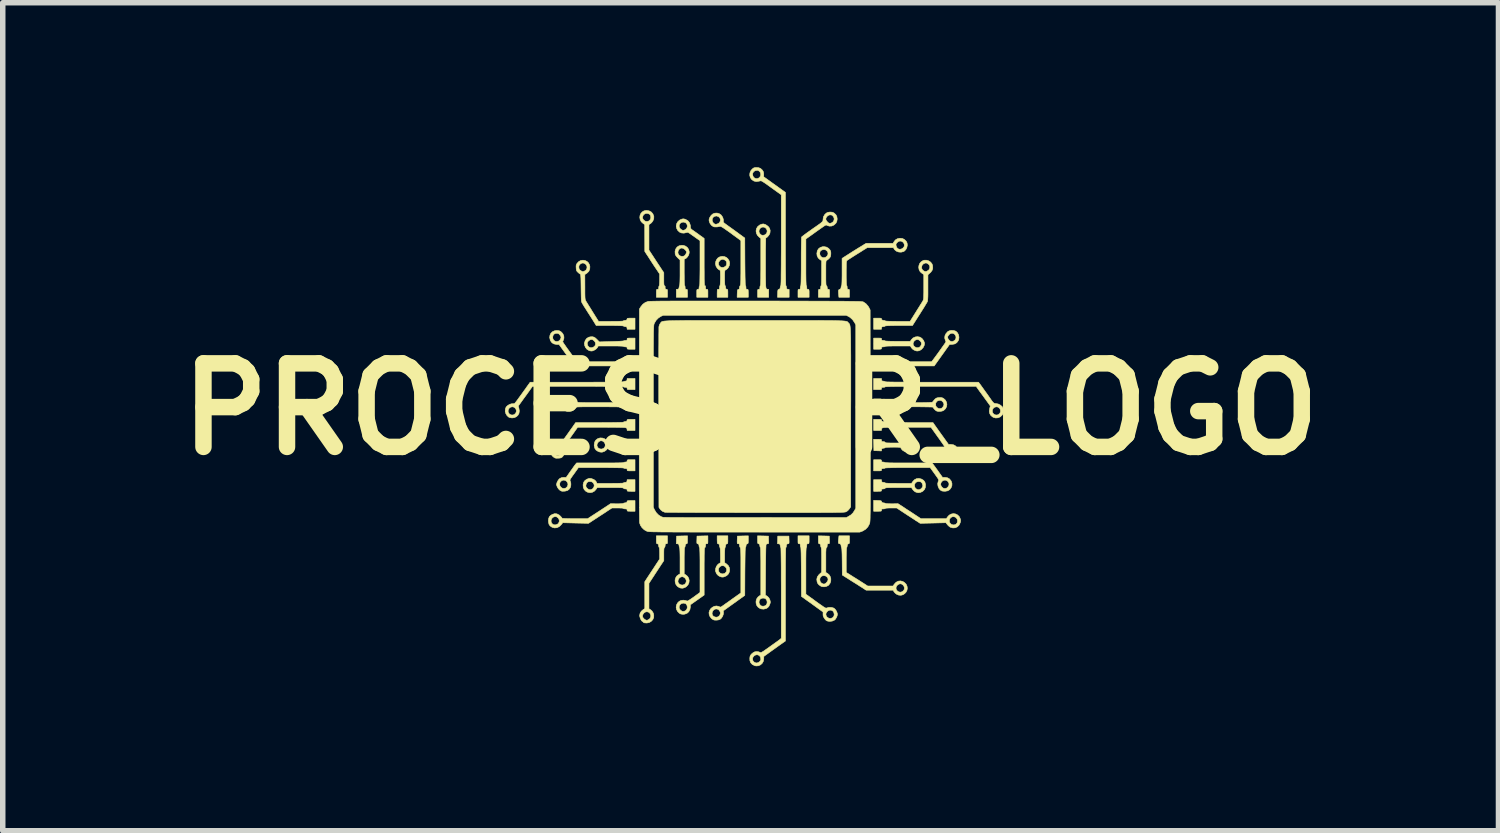
<source format=kicad_pcb>
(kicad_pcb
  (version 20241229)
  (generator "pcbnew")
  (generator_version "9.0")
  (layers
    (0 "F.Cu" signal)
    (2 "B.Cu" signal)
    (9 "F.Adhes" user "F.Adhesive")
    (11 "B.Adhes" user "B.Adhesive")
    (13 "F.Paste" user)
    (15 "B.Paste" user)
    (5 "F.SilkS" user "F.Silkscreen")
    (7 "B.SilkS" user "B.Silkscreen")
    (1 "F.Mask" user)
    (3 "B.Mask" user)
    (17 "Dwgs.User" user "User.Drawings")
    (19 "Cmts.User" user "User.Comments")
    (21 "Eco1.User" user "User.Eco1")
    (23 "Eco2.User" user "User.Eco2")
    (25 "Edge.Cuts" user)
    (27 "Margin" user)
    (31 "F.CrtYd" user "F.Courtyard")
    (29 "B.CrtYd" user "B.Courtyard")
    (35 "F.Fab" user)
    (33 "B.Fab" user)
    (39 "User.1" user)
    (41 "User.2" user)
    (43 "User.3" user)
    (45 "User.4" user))
  (footprint "PROCESSOR_LOGO"
    (layer "F.Cu")
    (at 10.639 4.411)
    (property "Reference" "PROCESSOR_LOGO" (at 0 0 0) (layer "F.SilkS") (effects (font (size 1.524 1.524) (thickness 0.3))))
    (attr through_hole)
    (fp_poly (pts (xy -1.151 2.383) (xy -1.152 2.417) (xy -1.153 2.439) (xy -1.157 2.45) (xy -1.163 2.455) (xy -1.171 2.457) (xy -1.184 2.462) (xy -1.19 2.477) (xy -1.192 2.491) (xy -1.196 2.512) (xy -1.201 2.523) (xy -1.203 2.523) (xy -1.205 2.531) (xy -1.207 2.555) (xy -1.209 2.593) (xy -1.21 2.643) (xy -1.211 2.705) (xy -1.211 2.765) (xy -1.211 3.006) (xy -1.183 3.023) (xy -1.149 3.051) (xy -1.128 3.087) (xy -1.12 3.127) (xy -1.125 3.168) (xy -1.142 3.205) (xy -1.172 3.237) (xy -1.194 3.251) (xy -1.235 3.266) (xy -1.275 3.264) (xy -1.301 3.255) (xy -1.337 3.231) (xy -1.362 3.198) (xy -1.375 3.16) (xy -1.376 3.142) (xy -1.325 3.142) (xy -1.322 3.16) (xy -1.303 3.187) (xy -1.276 3.204) (xy -1.244 3.209) (xy -1.213 3.201) (xy -1.205 3.197) (xy -1.189 3.18) (xy -1.177 3.159) (xy -1.173 3.13) (xy -1.183 3.1) (xy -1.202 3.076) (xy -1.229 3.06) (xy -1.25 3.056) (xy -1.279 3.064) (xy -1.304 3.084) (xy -1.32 3.111) (xy -1.325 3.142) (xy -1.376 3.142) (xy -1.378 3.119) (xy -1.368 3.08) (xy -1.347 3.045) (xy -1.313 3.019) (xy -1.312 3.018) (xy -1.287 3.005) (xy -1.287 2.77) (xy -1.287 2.706) (xy -1.288 2.648) (xy -1.289 2.6) (xy -1.291 2.562) (xy -1.293 2.537) (xy -1.295 2.527) (xy -1.301 2.514) (xy -1.305 2.492) (xy -1.305 2.489) (xy -1.309 2.469) (xy -1.319 2.459) (xy -1.332 2.457) (xy -1.355 2.454) (xy -1.353 2.385) (xy -1.35 2.316) (xy -1.251 2.313) (xy -1.151 2.311) (xy -1.151 2.383)) (stroke (width 0.01) (type solid)) (fill yes) (layer "F.SilkS"))
    (fp_poly (pts (xy -1.232 -2.987) (xy -1.19 -2.974) (xy -1.155 -2.949) (xy -1.131 -2.914) (xy -1.12 -2.873) (xy -1.12 -2.848) (xy -1.129 -2.813) (xy -1.148 -2.78) (xy -1.172 -2.754) (xy -1.19 -2.743) (xy -1.211 -2.735) (xy -1.211 -2.494) (xy -1.21 -2.416) (xy -1.21 -2.353) (xy -1.208 -2.305) (xy -1.206 -2.271) (xy -1.204 -2.254) (xy -1.202 -2.252) (xy -1.197 -2.245) (xy -1.194 -2.226) (xy -1.194 -2.218) (xy -1.193 -2.196) (xy -1.187 -2.187) (xy -1.174 -2.184) (xy -1.173 -2.184) (xy -1.162 -2.184) (xy -1.156 -2.18) (xy -1.153 -2.168) (xy -1.152 -2.147) (xy -1.151 -2.112) (xy -1.151 -2.04) (xy -1.355 -2.04) (xy -1.355 -2.183) (xy -1.331 -2.186) (xy -1.315 -2.19) (xy -1.308 -2.203) (xy -1.305 -2.218) (xy -1.301 -2.24) (xy -1.295 -2.255) (xy -1.295 -2.256) (xy -1.293 -2.266) (xy -1.291 -2.292) (xy -1.289 -2.33) (xy -1.288 -2.378) (xy -1.287 -2.435) (xy -1.287 -2.492) (xy -1.287 -2.72) (xy -1.329 -2.759) (xy -1.356 -2.789) (xy -1.372 -2.815) (xy -1.376 -2.83) (xy -1.377 -2.862) (xy -1.326 -2.862) (xy -1.321 -2.833) (xy -1.304 -2.808) (xy -1.279 -2.791) (xy -1.249 -2.784) (xy -1.217 -2.791) (xy -1.21 -2.794) (xy -1.193 -2.81) (xy -1.178 -2.834) (xy -1.169 -2.859) (xy -1.168 -2.866) (xy -1.174 -2.88) (xy -1.188 -2.9) (xy -1.197 -2.909) (xy -1.228 -2.932) (xy -1.259 -2.938) (xy -1.288 -2.929) (xy -1.312 -2.904) (xy -1.317 -2.894) (xy -1.326 -2.862) (xy -1.377 -2.862) (xy -1.378 -2.879) (xy -1.365 -2.921) (xy -1.341 -2.955) (xy -1.305 -2.978) (xy -1.261 -2.987) (xy -1.232 -2.987)) (stroke (width 0.01) (type solid)) (fill yes) (layer "F.SilkS"))
    (fp_poly (pts (xy -0.415 2.383) (xy -0.415 2.418) (xy -0.417 2.439) (xy -0.42 2.45) (xy -0.427 2.455) (xy -0.434 2.457) (xy -0.448 2.463) (xy -0.454 2.479) (xy -0.456 2.489) (xy -0.46 2.511) (xy -0.466 2.526) (xy -0.466 2.527) (xy -0.469 2.538) (xy -0.471 2.562) (xy -0.473 2.598) (xy -0.474 2.641) (xy -0.474 2.668) (xy -0.474 2.8) (xy -0.442 2.822) (xy -0.408 2.853) (xy -0.388 2.89) (xy -0.382 2.93) (xy -0.388 2.97) (xy -0.406 3.007) (xy -0.436 3.037) (xy -0.473 3.055) (xy -0.5 3.063) (xy -0.524 3.063) (xy -0.552 3.056) (xy -0.557 3.054) (xy -0.591 3.035) (xy -0.619 3.004) (xy -0.636 2.966) (xy -0.64 2.951) (xy -0.639 2.938) (xy -0.588 2.938) (xy -0.579 2.966) (xy -0.56 2.988) (xy -0.534 3.002) (xy -0.504 3.005) (xy -0.473 2.996) (xy -0.463 2.989) (xy -0.441 2.962) (xy -0.435 2.932) (xy -0.443 2.901) (xy -0.466 2.871) (xy -0.469 2.869) (xy -0.497 2.856) (xy -0.527 2.856) (xy -0.555 2.869) (xy -0.577 2.893) (xy -0.583 2.906) (xy -0.588 2.938) (xy -0.639 2.938) (xy -0.638 2.908) (xy -0.623 2.867) (xy -0.597 2.833) (xy -0.579 2.819) (xy -0.55 2.801) (xy -0.55 2.668) (xy -0.551 2.622) (xy -0.552 2.582) (xy -0.554 2.55) (xy -0.557 2.531) (xy -0.558 2.527) (xy -0.564 2.514) (xy -0.569 2.492) (xy -0.569 2.489) (xy -0.573 2.468) (xy -0.584 2.458) (xy -0.591 2.457) (xy -0.6 2.454) (xy -0.605 2.448) (xy -0.608 2.435) (xy -0.609 2.41) (xy -0.61 2.383) (xy -0.61 2.311) (xy -0.415 2.311) (xy -0.415 2.383)) (stroke (width 0.01) (type solid)) (fill yes) (layer "F.SilkS"))
    (fp_poly (pts (xy -2.905 1.267) (xy -2.897 1.269) (xy -2.855 1.286) (xy -2.824 1.312) (xy -2.81 1.336) (xy -2.803 1.355) (xy -2.561 1.355) (xy -2.491 1.354) (xy -2.432 1.354) (xy -2.383 1.352) (xy -2.347 1.351) (xy -2.326 1.349) (xy -2.32 1.347) (xy -2.312 1.341) (xy -2.294 1.337) (xy -2.288 1.336) (xy -2.267 1.333) (xy -2.257 1.324) (xy -2.254 1.31) (xy -2.251 1.287) (xy -2.108 1.287) (xy -2.108 1.499) (xy -2.18 1.499) (xy -2.215 1.498) (xy -2.236 1.497) (xy -2.247 1.494) (xy -2.251 1.488) (xy -2.252 1.477) (xy -2.254 1.463) (xy -2.264 1.457) (xy -2.282 1.456) (xy -2.306 1.453) (xy -2.317 1.444) (xy -2.32 1.44) (xy -2.329 1.437) (xy -2.343 1.435) (xy -2.367 1.433) (xy -2.4 1.432) (xy -2.446 1.431) (xy -2.505 1.431) (xy -2.56 1.431) (xy -2.798 1.432) (xy -2.815 1.458) (xy -2.846 1.494) (xy -2.885 1.516) (xy -2.926 1.524) (xy -2.969 1.517) (xy -3.004 1.499) (xy -3.035 1.467) (xy -3.052 1.427) (xy -3.054 1.389) (xy -3.005 1.389) (xy -3.001 1.419) (xy -2.98 1.446) (xy -2.978 1.448) (xy -2.948 1.468) (xy -2.918 1.471) (xy -2.888 1.458) (xy -2.879 1.451) (xy -2.859 1.425) (xy -2.852 1.395) (xy -2.858 1.366) (xy -2.873 1.342) (xy -2.899 1.325) (xy -2.924 1.321) (xy -2.956 1.323) (xy -2.976 1.333) (xy -2.991 1.351) (xy -2.993 1.355) (xy -3.005 1.389) (xy -3.054 1.389) (xy -3.055 1.379) (xy -3.054 1.374) (xy -3.043 1.332) (xy -3.02 1.301) (xy -2.983 1.277) (xy -2.977 1.275) (xy -2.95 1.265) (xy -2.93 1.263) (xy -2.905 1.267)) (stroke (width 0.01) (type solid)) (fill yes) (layer "F.SilkS"))
    (fp_poly (pts (xy -2.857 -1.313) (xy -2.828 -1.295) (xy -2.8 -1.268) (xy -2.759 -1.226) (xy -2.541 -1.232) (xy -2.482 -1.234) (xy -2.429 -1.236) (xy -2.383 -1.238) (xy -2.347 -1.241) (xy -2.324 -1.243) (xy -2.316 -1.245) (xy -2.303 -1.251) (xy -2.281 -1.253) (xy -2.28 -1.253) (xy -2.261 -1.255) (xy -2.253 -1.263) (xy -2.252 -1.274) (xy -2.251 -1.284) (xy -2.247 -1.291) (xy -2.236 -1.294) (xy -2.215 -1.295) (xy -2.18 -1.295) (xy -2.108 -1.295) (xy -2.108 -1.092) (xy -2.18 -1.092) (xy -2.215 -1.092) (xy -2.236 -1.094) (xy -2.247 -1.097) (xy -2.251 -1.103) (xy -2.252 -1.113) (xy -2.254 -1.128) (xy -2.265 -1.134) (xy -2.281 -1.135) (xy -2.302 -1.137) (xy -2.315 -1.142) (xy -2.316 -1.143) (xy -2.326 -1.146) (xy -2.352 -1.148) (xy -2.393 -1.15) (xy -2.447 -1.151) (xy -2.515 -1.151) (xy -2.549 -1.151) (xy -2.778 -1.151) (xy -2.795 -1.122) (xy -2.816 -1.098) (xy -2.847 -1.077) (xy -2.881 -1.062) (xy -2.905 -1.059) (xy -2.929 -1.063) (xy -2.946 -1.068) (xy -2.985 -1.092) (xy -3.012 -1.126) (xy -3.028 -1.166) (xy -3.029 -1.199) (xy -2.98 -1.199) (xy -2.973 -1.163) (xy -2.955 -1.137) (xy -2.929 -1.122) (xy -2.898 -1.119) (xy -2.866 -1.131) (xy -2.854 -1.14) (xy -2.835 -1.16) (xy -2.828 -1.183) (xy -2.828 -1.191) (xy -2.835 -1.222) (xy -2.855 -1.248) (xy -2.882 -1.266) (xy -2.904 -1.27) (xy -2.93 -1.263) (xy -2.955 -1.246) (xy -2.974 -1.222) (xy -2.98 -1.199) (xy -3.029 -1.199) (xy -3.029 -1.21) (xy -3.016 -1.252) (xy -2.989 -1.289) (xy -2.953 -1.311) (xy -2.923 -1.318) (xy -2.887 -1.32) (xy -2.857 -1.313)) (stroke (width 0.01) (type solid)) (fill yes) (layer "F.SilkS"))
    (fp_poly (pts (xy 3.115 1.275) (xy 3.118 1.277) (xy 3.155 1.299) (xy 3.178 1.33) (xy 3.189 1.371) (xy 3.19 1.375) (xy 3.188 1.424) (xy 3.172 1.465) (xy 3.141 1.497) (xy 3.139 1.499) (xy 3.098 1.519) (xy 3.055 1.525) (xy 3.014 1.514) (xy 2.996 1.505) (xy 2.973 1.485) (xy 2.952 1.461) (xy 2.951 1.458) (xy 2.934 1.432) (xy 2.695 1.431) (xy 2.625 1.431) (xy 2.569 1.432) (xy 2.526 1.432) (xy 2.496 1.433) (xy 2.474 1.435) (xy 2.461 1.438) (xy 2.454 1.441) (xy 2.452 1.444) (xy 2.44 1.453) (xy 2.417 1.456) (xy 2.397 1.458) (xy 2.389 1.465) (xy 2.388 1.477) (xy 2.387 1.488) (xy 2.383 1.494) (xy 2.372 1.497) (xy 2.35 1.498) (xy 2.316 1.499) (xy 2.244 1.499) (xy 2.244 1.402) (xy 2.988 1.402) (xy 2.998 1.431) (xy 3.015 1.451) (xy 3.045 1.469) (xy 3.075 1.471) (xy 3.105 1.455) (xy 3.114 1.448) (xy 3.135 1.421) (xy 3.141 1.392) (xy 3.13 1.358) (xy 3.129 1.355) (xy 3.114 1.335) (xy 3.095 1.324) (xy 3.065 1.321) (xy 3.06 1.321) (xy 3.028 1.328) (xy 3.005 1.346) (xy 2.991 1.372) (xy 2.988 1.402) (xy 2.244 1.402) (xy 2.244 1.287) (xy 2.386 1.287) (xy 2.389 1.31) (xy 2.393 1.326) (xy 2.404 1.333) (xy 2.424 1.336) (xy 2.444 1.34) (xy 2.455 1.345) (xy 2.455 1.347) (xy 2.464 1.349) (xy 2.487 1.351) (xy 2.525 1.353) (xy 2.575 1.354) (xy 2.637 1.354) (xy 2.695 1.355) (xy 2.935 1.355) (xy 2.956 1.323) (xy 2.987 1.289) (xy 3.025 1.269) (xy 3.069 1.264) (xy 3.115 1.275)) (stroke (width 0.01) (type solid)) (fill yes) (layer "F.SilkS"))
    (fp_poly (pts (xy 1.336 2.313) (xy 1.435 2.316) (xy 1.438 2.385) (xy 1.439 2.42) (xy 1.438 2.44) (xy 1.435 2.451) (xy 1.429 2.455) (xy 1.419 2.455) (xy 1.405 2.457) (xy 1.398 2.466) (xy 1.397 2.487) (xy 1.397 2.488) (xy 1.394 2.515) (xy 1.384 2.526) (xy 1.38 2.53) (xy 1.377 2.538) (xy 1.375 2.554) (xy 1.374 2.578) (xy 1.372 2.612) (xy 1.372 2.659) (xy 1.372 2.72) (xy 1.372 2.755) (xy 1.372 2.98) (xy 1.397 2.993) (xy 1.43 3.019) (xy 1.452 3.054) (xy 1.463 3.094) (xy 1.462 3.136) (xy 1.449 3.176) (xy 1.424 3.209) (xy 1.412 3.219) (xy 1.379 3.234) (xy 1.34 3.241) (xy 1.302 3.237) (xy 1.283 3.23) (xy 1.246 3.205) (xy 1.222 3.175) (xy 1.212 3.147) (xy 1.207 3.105) (xy 1.262 3.105) (xy 1.267 3.141) (xy 1.284 3.166) (xy 1.302 3.179) (xy 1.329 3.19) (xy 1.352 3.188) (xy 1.375 3.172) (xy 1.385 3.163) (xy 1.407 3.133) (xy 1.413 3.101) (xy 1.404 3.073) (xy 1.381 3.05) (xy 1.359 3.04) (xy 1.326 3.036) (xy 1.296 3.046) (xy 1.273 3.067) (xy 1.262 3.096) (xy 1.262 3.105) (xy 1.207 3.105) (xy 1.207 3.101) (xy 1.217 3.06) (xy 1.243 3.023) (xy 1.257 3.009) (xy 1.295 2.975) (xy 1.295 2.749) (xy 1.295 2.682) (xy 1.294 2.625) (xy 1.293 2.579) (xy 1.291 2.545) (xy 1.289 2.527) (xy 1.287 2.523) (xy 1.282 2.516) (xy 1.277 2.497) (xy 1.277 2.491) (xy 1.273 2.469) (xy 1.264 2.459) (xy 1.255 2.457) (xy 1.246 2.454) (xy 1.24 2.448) (xy 1.237 2.435) (xy 1.236 2.41) (xy 1.236 2.383) (xy 1.236 2.311) (xy 1.336 2.313)) (stroke (width 0.01) (type solid)) (fill yes) (layer "F.SilkS"))
    (fp_poly (pts (xy 3.088 -1.313) (xy 3.124 -1.29) (xy 3.153 -1.253) (xy 3.16 -1.238) (xy 3.17 -1.212) (xy 3.172 -1.192) (xy 3.167 -1.167) (xy 3.167 -1.164) (xy 3.146 -1.121) (xy 3.114 -1.087) (xy 3.085 -1.07) (xy 3.052 -1.06) (xy 3.022 -1.061) (xy 2.988 -1.074) (xy 2.983 -1.076) (xy 2.955 -1.094) (xy 2.933 -1.118) (xy 2.93 -1.122) (xy 2.913 -1.151) (xy 2.685 -1.151) (xy 2.612 -1.151) (xy 2.551 -1.15) (xy 2.504 -1.149) (xy 2.471 -1.147) (xy 2.454 -1.144) (xy 2.451 -1.143) (xy 2.44 -1.137) (xy 2.419 -1.135) (xy 2.417 -1.135) (xy 2.397 -1.133) (xy 2.389 -1.126) (xy 2.388 -1.113) (xy 2.387 -1.103) (xy 2.383 -1.097) (xy 2.372 -1.094) (xy 2.35 -1.092) (xy 2.316 -1.092) (xy 2.244 -1.092) (xy 2.244 -1.191) (xy 2.963 -1.191) (xy 2.968 -1.166) (xy 2.983 -1.145) (xy 2.989 -1.14) (xy 3.021 -1.121) (xy 3.053 -1.119) (xy 3.076 -1.127) (xy 3.099 -1.146) (xy 3.113 -1.176) (xy 3.116 -1.199) (xy 3.108 -1.224) (xy 3.089 -1.247) (xy 3.064 -1.264) (xy 3.04 -1.27) (xy 3.01 -1.262) (xy 2.984 -1.242) (xy 2.968 -1.214) (xy 2.963 -1.191) (xy 2.244 -1.191) (xy 2.244 -1.295) (xy 2.316 -1.295) (xy 2.35 -1.295) (xy 2.372 -1.294) (xy 2.383 -1.291) (xy 2.387 -1.284) (xy 2.388 -1.274) (xy 2.39 -1.26) (xy 2.4 -1.254) (xy 2.417 -1.253) (xy 2.438 -1.251) (xy 2.451 -1.245) (xy 2.451 -1.245) (xy 2.461 -1.242) (xy 2.487 -1.24) (xy 2.528 -1.238) (xy 2.583 -1.237) (xy 2.65 -1.236) (xy 2.684 -1.236) (xy 2.912 -1.236) (xy 2.931 -1.265) (xy 2.962 -1.297) (xy 3.003 -1.316) (xy 3.045 -1.321) (xy 3.088 -1.313)) (stroke (width 0.01) (type solid)) (fill yes) (layer "F.SilkS"))
    (fp_poly (pts (xy 0.226 2.313) (xy 0.326 2.316) (xy 0.328 2.385) (xy 0.329 2.42) (xy 0.329 2.44) (xy 0.326 2.451) (xy 0.32 2.455) (xy 0.31 2.455) (xy 0.292 2.461) (xy 0.282 2.47) (xy 0.281 2.481) (xy 0.28 2.508) (xy 0.278 2.548) (xy 0.277 2.6) (xy 0.276 2.663) (xy 0.275 2.734) (xy 0.274 2.813) (xy 0.273 2.897) (xy 0.273 2.939) (xy 0.27 3.392) (xy 0.304 3.414) (xy 0.329 3.437) (xy 0.346 3.465) (xy 0.351 3.478) (xy 0.358 3.504) (xy 0.36 3.524) (xy 0.355 3.545) (xy 0.351 3.556) (xy 0.334 3.595) (xy 0.311 3.621) (xy 0.282 3.638) (xy 0.236 3.648) (xy 0.19 3.643) (xy 0.173 3.637) (xy 0.137 3.613) (xy 0.112 3.58) (xy 0.1 3.542) (xy 0.099 3.526) (xy 0.153 3.526) (xy 0.162 3.556) (xy 0.182 3.581) (xy 0.198 3.59) (xy 0.227 3.595) (xy 0.258 3.589) (xy 0.281 3.576) (xy 0.297 3.55) (xy 0.302 3.519) (xy 0.295 3.487) (xy 0.276 3.461) (xy 0.272 3.457) (xy 0.246 3.447) (xy 0.216 3.447) (xy 0.187 3.457) (xy 0.173 3.467) (xy 0.157 3.494) (xy 0.153 3.526) (xy 0.099 3.526) (xy 0.099 3.501) (xy 0.11 3.462) (xy 0.134 3.428) (xy 0.161 3.406) (xy 0.186 3.391) (xy 0.186 2.957) (xy 0.186 2.859) (xy 0.186 2.772) (xy 0.185 2.696) (xy 0.184 2.633) (xy 0.183 2.583) (xy 0.181 2.548) (xy 0.18 2.528) (xy 0.178 2.523) (xy 0.173 2.516) (xy 0.168 2.497) (xy 0.168 2.491) (xy 0.164 2.469) (xy 0.155 2.459) (xy 0.146 2.457) (xy 0.137 2.454) (xy 0.131 2.448) (xy 0.128 2.435) (xy 0.127 2.41) (xy 0.127 2.383) (xy 0.127 2.311) (xy 0.226 2.313)) (stroke (width 0.01) (type solid)) (fill yes) (layer "F.SilkS"))
    (fp_poly (pts (xy -2.705 0.527) (xy -2.665 0.54) (xy -2.632 0.563) (xy -2.609 0.594) (xy -2.607 0.599) (xy -2.604 0.606) (xy -2.598 0.611) (xy -2.589 0.615) (xy -2.572 0.617) (xy -2.545 0.618) (xy -2.507 0.618) (xy -2.461 0.618) (xy -2.408 0.618) (xy -2.37 0.617) (xy -2.344 0.615) (xy -2.328 0.613) (xy -2.319 0.609) (xy -2.317 0.605) (xy -2.305 0.596) (xy -2.282 0.593) (xy -2.262 0.591) (xy -2.254 0.584) (xy -2.252 0.572) (xy -2.251 0.561) (xy -2.247 0.555) (xy -2.236 0.552) (xy -2.215 0.551) (xy -2.18 0.55) (xy -2.108 0.55) (xy -2.108 0.762) (xy -2.251 0.762) (xy -2.254 0.739) (xy -2.258 0.723) (xy -2.269 0.716) (xy -2.288 0.713) (xy -2.309 0.709) (xy -2.319 0.704) (xy -2.32 0.702) (xy -2.328 0.699) (xy -2.351 0.697) (xy -2.386 0.695) (xy -2.431 0.694) (xy -2.46 0.694) (xy -2.511 0.694) (xy -2.549 0.695) (xy -2.574 0.696) (xy -2.59 0.698) (xy -2.599 0.702) (xy -2.604 0.707) (xy -2.607 0.713) (xy -2.625 0.741) (xy -2.657 0.765) (xy -2.673 0.774) (xy -2.71 0.786) (xy -2.748 0.783) (xy -2.782 0.771) (xy -2.819 0.747) (xy -2.842 0.713) (xy -2.852 0.67) (xy -2.852 0.661) (xy -2.803 0.661) (xy -2.792 0.693) (xy -2.782 0.706) (xy -2.754 0.724) (xy -2.722 0.729) (xy -2.69 0.721) (xy -2.671 0.707) (xy -2.653 0.679) (xy -2.65 0.647) (xy -2.663 0.615) (xy -2.675 0.6) (xy -2.704 0.58) (xy -2.734 0.577) (xy -2.764 0.59) (xy -2.776 0.6) (xy -2.797 0.63) (xy -2.803 0.661) (xy -2.852 0.661) (xy -2.852 0.643) (xy -2.843 0.599) (xy -2.824 0.567) (xy -2.792 0.542) (xy -2.784 0.537) (xy -2.746 0.526) (xy -2.705 0.527)) (stroke (width 0.01) (type solid)) (fill yes) (layer "F.SilkS"))
    (fp_poly (pts (xy 2.906 0.532) (xy 2.946 0.555) (xy 2.963 0.571) (xy 2.98 0.6) (xy 2.988 0.638) (xy 2.987 0.678) (xy 2.977 0.715) (xy 2.971 0.724) (xy 2.943 0.756) (xy 2.906 0.777) (xy 2.865 0.785) (xy 2.825 0.781) (xy 2.807 0.773) (xy 2.769 0.749) (xy 2.747 0.722) (xy 2.742 0.713) (xy 2.739 0.706) (xy 2.734 0.701) (xy 2.724 0.698) (xy 2.707 0.696) (xy 2.681 0.695) (xy 2.643 0.694) (xy 2.595 0.694) (xy 2.545 0.695) (xy 2.504 0.696) (xy 2.474 0.698) (xy 2.458 0.701) (xy 2.455 0.702) (xy 2.448 0.708) (xy 2.429 0.712) (xy 2.424 0.713) (xy 2.402 0.716) (xy 2.392 0.725) (xy 2.389 0.739) (xy 2.386 0.763) (xy 2.317 0.76) (xy 2.248 0.758) (xy 2.246 0.661) (xy 2.785 0.661) (xy 2.793 0.69) (xy 2.812 0.713) (xy 2.842 0.726) (xy 2.862 0.728) (xy 2.89 0.725) (xy 2.911 0.712) (xy 2.917 0.706) (xy 2.935 0.676) (xy 2.937 0.644) (xy 2.923 0.613) (xy 2.912 0.6) (xy 2.881 0.58) (xy 2.851 0.577) (xy 2.822 0.59) (xy 2.81 0.6) (xy 2.79 0.63) (xy 2.785 0.661) (xy 2.246 0.661) (xy 2.246 0.654) (xy 2.243 0.55) (xy 2.315 0.55) (xy 2.35 0.551) (xy 2.372 0.552) (xy 2.383 0.555) (xy 2.387 0.561) (xy 2.388 0.571) (xy 2.388 0.572) (xy 2.39 0.586) (xy 2.4 0.592) (xy 2.417 0.593) (xy 2.442 0.596) (xy 2.452 0.605) (xy 2.457 0.61) (xy 2.467 0.614) (xy 2.486 0.616) (xy 2.515 0.617) (xy 2.558 0.618) (xy 2.596 0.618) (xy 2.648 0.618) (xy 2.685 0.618) (xy 2.71 0.616) (xy 2.726 0.614) (xy 2.735 0.611) (xy 2.74 0.605) (xy 2.743 0.599) (xy 2.763 0.567) (xy 2.796 0.542) (xy 2.836 0.528) (xy 2.862 0.525) (xy 2.906 0.532)) (stroke (width 0.01) (type solid)) (fill yes) (layer "F.SilkS"))
    (fp_poly (pts (xy 0.264 -3.368) (xy 0.278 -3.362) (xy 0.319 -3.333) (xy 0.346 -3.298) (xy 0.357 -3.257) (xy 0.353 -3.213) (xy 0.35 -3.204) (xy 0.338 -3.179) (xy 0.319 -3.154) (xy 0.3 -3.134) (xy 0.282 -3.125) (xy 0.279 -3.124) (xy 0.277 -3.116) (xy 0.276 -3.093) (xy 0.275 -3.057) (xy 0.274 -3.009) (xy 0.273 -2.952) (xy 0.272 -2.888) (xy 0.272 -2.818) (xy 0.272 -2.744) (xy 0.272 -2.669) (xy 0.272 -2.593) (xy 0.272 -2.52) (xy 0.272 -2.451) (xy 0.273 -2.387) (xy 0.274 -2.332) (xy 0.275 -2.286) (xy 0.276 -2.251) (xy 0.278 -2.23) (xy 0.278 -2.227) (xy 0.283 -2.203) (xy 0.29 -2.191) (xy 0.303 -2.186) (xy 0.307 -2.186) (xy 0.33 -2.183) (xy 0.33 -2.04) (xy 0.127 -2.04) (xy 0.127 -2.112) (xy 0.127 -2.147) (xy 0.128 -2.169) (xy 0.132 -2.18) (xy 0.138 -2.184) (xy 0.148 -2.184) (xy 0.162 -2.186) (xy 0.168 -2.195) (xy 0.169 -2.215) (xy 0.169 -2.218) (xy 0.171 -2.239) (xy 0.176 -2.251) (xy 0.178 -2.252) (xy 0.18 -2.261) (xy 0.182 -2.286) (xy 0.183 -2.327) (xy 0.185 -2.385) (xy 0.185 -2.458) (xy 0.186 -2.547) (xy 0.186 -2.652) (xy 0.186 -2.683) (xy 0.186 -3.114) (xy 0.157 -3.136) (xy 0.124 -3.17) (xy 0.105 -3.209) (xy 0.1 -3.243) (xy 0.152 -3.243) (xy 0.159 -3.213) (xy 0.166 -3.202) (xy 0.192 -3.177) (xy 0.222 -3.169) (xy 0.256 -3.176) (xy 0.268 -3.183) (xy 0.291 -3.205) (xy 0.301 -3.234) (xy 0.299 -3.265) (xy 0.285 -3.293) (xy 0.259 -3.314) (xy 0.259 -3.314) (xy 0.227 -3.321) (xy 0.198 -3.315) (xy 0.174 -3.297) (xy 0.158 -3.273) (xy 0.152 -3.243) (xy 0.1 -3.243) (xy 0.099 -3.251) (xy 0.107 -3.291) (xy 0.128 -3.327) (xy 0.162 -3.355) (xy 0.172 -3.361) (xy 0.207 -3.374) (xy 0.235 -3.377) (xy 0.264 -3.368)) (stroke (width 0.01) (type solid)) (fill yes) (layer "F.SilkS"))
    (fp_poly (pts (xy 1.383 -2.955) (xy 1.422 -2.932) (xy 1.448 -2.902) (xy 1.459 -2.88) (xy 1.463 -2.854) (xy 1.463 -2.826) (xy 1.459 -2.795) (xy 1.452 -2.773) (xy 1.437 -2.754) (xy 1.431 -2.747) (xy 1.411 -2.729) (xy 1.393 -2.716) (xy 1.387 -2.713) (xy 1.382 -2.711) (xy 1.379 -2.705) (xy 1.376 -2.695) (xy 1.374 -2.678) (xy 1.373 -2.653) (xy 1.372 -2.617) (xy 1.372 -2.569) (xy 1.372 -2.506) (xy 1.372 -2.481) (xy 1.372 -2.412) (xy 1.372 -2.358) (xy 1.373 -2.317) (xy 1.374 -2.288) (xy 1.376 -2.268) (xy 1.379 -2.256) (xy 1.382 -2.25) (xy 1.384 -2.249) (xy 1.394 -2.237) (xy 1.397 -2.214) (xy 1.399 -2.194) (xy 1.406 -2.186) (xy 1.418 -2.184) (xy 1.428 -2.184) (xy 1.435 -2.18) (xy 1.438 -2.168) (xy 1.439 -2.147) (xy 1.439 -2.112) (xy 1.439 -2.04) (xy 1.236 -2.04) (xy 1.236 -2.112) (xy 1.236 -2.147) (xy 1.238 -2.169) (xy 1.241 -2.18) (xy 1.247 -2.184) (xy 1.257 -2.184) (xy 1.271 -2.186) (xy 1.277 -2.195) (xy 1.278 -2.215) (xy 1.278 -2.218) (xy 1.28 -2.239) (xy 1.285 -2.251) (xy 1.287 -2.252) (xy 1.29 -2.26) (xy 1.292 -2.285) (xy 1.294 -2.325) (xy 1.295 -2.381) (xy 1.295 -2.45) (xy 1.295 -2.48) (xy 1.295 -2.708) (xy 1.266 -2.726) (xy 1.233 -2.756) (xy 1.213 -2.795) (xy 1.208 -2.838) (xy 1.208 -2.839) (xy 1.26 -2.839) (xy 1.266 -2.807) (xy 1.283 -2.782) (xy 1.306 -2.766) (xy 1.335 -2.76) (xy 1.364 -2.767) (xy 1.389 -2.785) (xy 1.408 -2.813) (xy 1.412 -2.842) (xy 1.405 -2.869) (xy 1.387 -2.891) (xy 1.363 -2.906) (xy 1.333 -2.911) (xy 1.3 -2.902) (xy 1.297 -2.901) (xy 1.278 -2.888) (xy 1.267 -2.875) (xy 1.267 -2.874) (xy 1.26 -2.839) (xy 1.208 -2.839) (xy 1.216 -2.885) (xy 1.237 -2.922) (xy 1.27 -2.948) (xy 1.314 -2.962) (xy 1.338 -2.963) (xy 1.383 -2.955)) (stroke (width 0.01) (type solid)) (fill yes) (layer "F.SilkS"))
    (fp_poly (pts (xy -0.475 -2.781) (xy -0.44 -2.765) (xy -0.414 -2.741) (xy -0.391 -2.704) (xy -0.382 -2.662) (xy -0.388 -2.619) (xy -0.409 -2.578) (xy -0.416 -2.569) (xy -0.434 -2.552) (xy -0.449 -2.541) (xy -0.453 -2.54) (xy -0.465 -2.533) (xy -0.469 -2.527) (xy -0.471 -2.512) (xy -0.473 -2.486) (xy -0.474 -2.451) (xy -0.474 -2.411) (xy -0.474 -2.37) (xy -0.473 -2.33) (xy -0.472 -2.295) (xy -0.47 -2.268) (xy -0.467 -2.254) (xy -0.466 -2.252) (xy -0.46 -2.245) (xy -0.456 -2.226) (xy -0.456 -2.22) (xy -0.452 -2.198) (xy -0.443 -2.188) (xy -0.434 -2.186) (xy -0.425 -2.184) (xy -0.419 -2.177) (xy -0.416 -2.164) (xy -0.415 -2.139) (xy -0.415 -2.112) (xy -0.415 -2.04) (xy -0.61 -2.04) (xy -0.61 -2.112) (xy -0.609 -2.147) (xy -0.608 -2.169) (xy -0.605 -2.18) (xy -0.599 -2.184) (xy -0.588 -2.184) (xy -0.575 -2.186) (xy -0.569 -2.195) (xy -0.567 -2.215) (xy -0.567 -2.218) (xy -0.565 -2.239) (xy -0.561 -2.251) (xy -0.559 -2.252) (xy -0.556 -2.26) (xy -0.554 -2.281) (xy -0.552 -2.313) (xy -0.551 -2.351) (xy -0.55 -2.392) (xy -0.55 -2.434) (xy -0.551 -2.471) (xy -0.552 -2.502) (xy -0.554 -2.522) (xy -0.555 -2.527) (xy -0.566 -2.538) (xy -0.572 -2.54) (xy -0.583 -2.546) (xy -0.6 -2.561) (xy -0.608 -2.569) (xy -0.631 -2.606) (xy -0.64 -2.646) (xy -0.639 -2.655) (xy -0.588 -2.655) (xy -0.582 -2.629) (xy -0.567 -2.606) (xy -0.545 -2.589) (xy -0.518 -2.582) (xy -0.489 -2.586) (xy -0.46 -2.603) (xy -0.443 -2.621) (xy -0.437 -2.644) (xy -0.436 -2.658) (xy -0.439 -2.684) (xy -0.45 -2.703) (xy -0.462 -2.714) (xy -0.493 -2.731) (xy -0.523 -2.732) (xy -0.554 -2.716) (xy -0.56 -2.71) (xy -0.581 -2.683) (xy -0.588 -2.655) (xy -0.639 -2.655) (xy -0.637 -2.687) (xy -0.622 -2.724) (xy -0.598 -2.755) (xy -0.564 -2.776) (xy -0.524 -2.785) (xy -0.518 -2.786) (xy -0.475 -2.781)) (stroke (width 0.01) (type solid)) (fill yes) (layer "F.SilkS"))
    (fp_poly (pts (xy 2.315 1.666) (xy 2.35 1.668) (xy 2.372 1.671) (xy 2.383 1.675) (xy 2.388 1.682) (xy 2.389 1.688) (xy 2.395 1.701) (xy 2.412 1.708) (xy 2.421 1.709) (xy 2.444 1.713) (xy 2.46 1.719) (xy 2.461 1.72) (xy 2.473 1.723) (xy 2.498 1.725) (xy 2.533 1.726) (xy 2.574 1.727) (xy 2.58 1.727) (xy 2.689 1.725) (xy 2.8 1.797) (xy 2.849 1.83) (xy 2.904 1.865) (xy 2.957 1.9) (xy 3.004 1.931) (xy 3.008 1.934) (xy 3.106 1.998) (xy 3.57 1.998) (xy 3.591 1.967) (xy 3.621 1.934) (xy 3.658 1.914) (xy 3.698 1.906) (xy 3.738 1.912) (xy 3.774 1.93) (xy 3.804 1.959) (xy 3.821 1.994) (xy 3.829 2.02) (xy 3.83 2.041) (xy 3.824 2.067) (xy 3.822 2.073) (xy 3.802 2.115) (xy 3.771 2.146) (xy 3.732 2.164) (xy 3.689 2.167) (xy 3.644 2.155) (xy 3.624 2.142) (xy 3.601 2.121) (xy 3.59 2.108) (xy 3.561 2.072) (xy 3.326 2.078) (xy 3.092 2.083) (xy 3.006 2.027) (xy 3.624 2.027) (xy 3.626 2.058) (xy 3.641 2.085) (xy 3.666 2.105) (xy 3.698 2.112) (xy 3.73 2.108) (xy 3.749 2.097) (xy 3.768 2.072) (xy 3.774 2.042) (xy 3.769 2.011) (xy 3.751 1.984) (xy 3.737 1.972) (xy 3.706 1.961) (xy 3.677 1.964) (xy 3.652 1.977) (xy 3.633 2) (xy 3.624 2.027) (xy 3.006 2.027) (xy 2.966 2.001) (xy 2.917 1.969) (xy 2.864 1.935) (xy 2.814 1.902) (xy 2.77 1.873) (xy 2.752 1.861) (xy 2.664 1.803) (xy 2.56 1.803) (xy 2.514 1.804) (xy 2.481 1.806) (xy 2.46 1.809) (xy 2.455 1.812) (xy 2.448 1.817) (xy 2.429 1.82) (xy 2.421 1.82) (xy 2.4 1.821) (xy 2.39 1.827) (xy 2.388 1.84) (xy 2.388 1.841) (xy 2.387 1.852) (xy 2.383 1.858) (xy 2.372 1.861) (xy 2.35 1.862) (xy 2.316 1.863) (xy 2.244 1.863) (xy 2.244 1.763) (xy 2.244 1.664) (xy 2.315 1.666)) (stroke (width 0.01) (type solid)) (fill yes) (layer "F.SilkS"))
    (fp_poly (pts (xy -0.779 2.383) (xy -0.779 2.418) (xy -0.78 2.439) (xy -0.784 2.45) (xy -0.79 2.455) (xy -0.8 2.455) (xy -0.8 2.455) (xy -0.814 2.457) (xy -0.82 2.466) (xy -0.821 2.487) (xy -0.821 2.488) (xy -0.825 2.515) (xy -0.834 2.526) (xy -0.837 2.529) (xy -0.839 2.536) (xy -0.841 2.548) (xy -0.843 2.567) (xy -0.844 2.595) (xy -0.845 2.631) (xy -0.846 2.679) (xy -0.846 2.739) (xy -0.847 2.812) (xy -0.847 2.899) (xy -0.847 2.961) (xy -0.847 3.391) (xy -1.099 3.569) (xy -1.099 3.609) (xy -1.107 3.656) (xy -1.128 3.695) (xy -1.159 3.723) (xy -1.2 3.739) (xy -1.227 3.742) (xy -1.255 3.74) (xy -1.28 3.734) (xy -1.286 3.732) (xy -1.304 3.718) (xy -1.325 3.698) (xy -1.332 3.69) (xy -1.352 3.652) (xy -1.358 3.612) (xy -1.304 3.612) (xy -1.297 3.642) (xy -1.279 3.667) (xy -1.249 3.687) (xy -1.218 3.69) (xy -1.187 3.677) (xy -1.183 3.674) (xy -1.162 3.648) (xy -1.154 3.615) (xy -1.16 3.581) (xy -1.163 3.575) (xy -1.176 3.556) (xy -1.189 3.545) (xy -1.19 3.544) (xy -1.225 3.538) (xy -1.257 3.544) (xy -1.282 3.56) (xy -1.298 3.584) (xy -1.304 3.612) (xy -1.358 3.612) (xy -1.358 3.612) (xy -1.351 3.571) (xy -1.332 3.535) (xy -1.303 3.506) (xy -1.27 3.49) (xy -1.227 3.484) (xy -1.184 3.491) (xy -1.159 3.5) (xy -1.146 3.498) (xy -1.121 3.484) (xy -1.083 3.459) (xy -1.034 3.425) (xy -0.923 3.343) (xy -0.923 2.933) (xy -0.923 2.838) (xy -0.923 2.754) (xy -0.924 2.681) (xy -0.925 2.621) (xy -0.927 2.575) (xy -0.928 2.542) (xy -0.93 2.525) (xy -0.931 2.523) (xy -0.937 2.516) (xy -0.941 2.497) (xy -0.941 2.491) (xy -0.945 2.469) (xy -0.954 2.459) (xy -0.963 2.457) (xy -0.973 2.455) (xy -0.978 2.449) (xy -0.981 2.436) (xy -0.981 2.412) (xy -0.98 2.385) (xy -0.978 2.316) (xy -0.878 2.313) (xy -0.779 2.311) (xy -0.779 2.383)) (stroke (width 0.01) (type solid)) (fill yes) (layer "F.SilkS"))
    (fp_poly (pts (xy -0.042 2.383) (xy -0.043 2.417) (xy -0.044 2.439) (xy -0.048 2.45) (xy -0.054 2.455) (xy -0.061 2.457) (xy -0.075 2.462) (xy -0.081 2.477) (xy -0.083 2.491) (xy -0.087 2.512) (xy -0.092 2.523) (xy -0.094 2.523) (xy -0.095 2.531) (xy -0.097 2.556) (xy -0.099 2.594) (xy -0.1 2.647) (xy -0.101 2.712) (xy -0.102 2.789) (xy -0.103 2.877) (xy -0.104 2.96) (xy -0.106 3.397) (xy -0.499 3.679) (xy -0.494 3.708) (xy -0.497 3.74) (xy -0.51 3.776) (xy -0.53 3.809) (xy -0.552 3.83) (xy -0.581 3.843) (xy -0.618 3.849) (xy -0.656 3.848) (xy -0.682 3.841) (xy -0.716 3.816) (xy -0.743 3.78) (xy -0.755 3.75) (xy -0.757 3.729) (xy -0.703 3.729) (xy -0.696 3.758) (xy -0.677 3.779) (xy -0.651 3.791) (xy -0.622 3.795) (xy -0.594 3.788) (xy -0.57 3.77) (xy -0.563 3.759) (xy -0.552 3.731) (xy -0.553 3.706) (xy -0.563 3.684) (xy -0.583 3.658) (xy -0.61 3.646) (xy -0.638 3.645) (xy -0.665 3.656) (xy -0.687 3.677) (xy -0.7 3.706) (xy -0.703 3.729) (xy -0.757 3.729) (xy -0.759 3.71) (xy -0.748 3.673) (xy -0.727 3.64) (xy -0.697 3.614) (xy -0.661 3.596) (xy -0.622 3.59) (xy -0.583 3.598) (xy -0.576 3.601) (xy -0.557 3.61) (xy -0.543 3.609) (xy -0.526 3.599) (xy -0.522 3.597) (xy -0.507 3.586) (xy -0.481 3.568) (xy -0.447 3.543) (xy -0.405 3.514) (xy -0.359 3.481) (xy -0.337 3.465) (xy -0.178 3.352) (xy -0.178 2.943) (xy -0.178 2.847) (xy -0.178 2.768) (xy -0.178 2.702) (xy -0.179 2.649) (xy -0.18 2.608) (xy -0.181 2.577) (xy -0.183 2.554) (xy -0.185 2.539) (xy -0.187 2.529) (xy -0.19 2.524) (xy -0.191 2.523) (xy -0.199 2.508) (xy -0.203 2.485) (xy -0.203 2.484) (xy -0.205 2.464) (xy -0.213 2.457) (xy -0.225 2.455) (xy -0.235 2.455) (xy -0.241 2.451) (xy -0.244 2.44) (xy -0.245 2.419) (xy -0.244 2.385) (xy -0.241 2.316) (xy -0.142 2.313) (xy -0.042 2.311) (xy -0.042 2.383)) (stroke (width 0.01) (type solid)) (fill yes) (layer "F.SilkS"))
    (fp_poly (pts (xy 2.35 0.923) (xy 2.372 0.924) (xy 2.383 0.928) (xy 2.387 0.934) (xy 2.388 0.944) (xy 2.39 0.959) (xy 2.401 0.964) (xy 2.416 0.965) (xy 2.438 0.968) (xy 2.452 0.974) (xy 2.452 0.974) (xy 2.463 0.976) (xy 2.489 0.978) (xy 2.531 0.98) (xy 2.589 0.981) (xy 2.663 0.982) (xy 2.754 0.982) (xy 2.861 0.982) (xy 2.885 0.982) (xy 3.309 0.982) (xy 3.329 1.006) (xy 3.34 1.022) (xy 3.36 1.048) (xy 3.384 1.082) (xy 3.412 1.12) (xy 3.424 1.138) (xy 3.5 1.245) (xy 3.542 1.245) (xy 3.589 1.252) (xy 3.627 1.273) (xy 3.655 1.308) (xy 3.658 1.313) (xy 3.672 1.355) (xy 3.671 1.395) (xy 3.657 1.432) (xy 3.631 1.468) (xy 3.595 1.49) (xy 3.55 1.498) (xy 3.543 1.498) (xy 3.516 1.497) (xy 3.495 1.494) (xy 3.488 1.493) (xy 3.456 1.473) (xy 3.432 1.441) (xy 3.417 1.403) (xy 3.412 1.362) (xy 3.412 1.361) (xy 3.467 1.361) (xy 3.468 1.383) (xy 3.471 1.393) (xy 3.489 1.423) (xy 3.514 1.442) (xy 3.543 1.449) (xy 3.573 1.442) (xy 3.594 1.426) (xy 3.615 1.395) (xy 3.619 1.363) (xy 3.611 1.338) (xy 3.589 1.31) (xy 3.56 1.296) (xy 3.53 1.296) (xy 3.501 1.308) (xy 3.477 1.334) (xy 3.475 1.339) (xy 3.467 1.361) (xy 3.412 1.361) (xy 3.42 1.323) (xy 3.424 1.314) (xy 3.428 1.305) (xy 3.429 1.296) (xy 3.426 1.284) (xy 3.418 1.268) (xy 3.403 1.245) (xy 3.38 1.213) (xy 3.356 1.179) (xy 3.275 1.067) (xy 2.866 1.067) (xy 2.762 1.067) (xy 2.672 1.067) (xy 2.597 1.068) (xy 2.537 1.07) (xy 2.492 1.071) (xy 2.464 1.073) (xy 2.451 1.075) (xy 2.451 1.075) (xy 2.44 1.081) (xy 2.419 1.084) (xy 2.417 1.084) (xy 2.397 1.085) (xy 2.389 1.093) (xy 2.388 1.105) (xy 2.387 1.115) (xy 2.383 1.121) (xy 2.372 1.125) (xy 2.35 1.126) (xy 2.316 1.126) (xy 2.244 1.126) (xy 2.244 0.923) (xy 2.316 0.923) (xy 2.35 0.923)) (stroke (width 0.01) (type solid)) (fill yes) (layer "F.SilkS"))
    (fp_poly (pts (xy -1.516 2.383) (xy -1.516 2.418) (xy -1.517 2.439) (xy -1.52 2.451) (xy -1.527 2.455) (xy -1.537 2.455) (xy -1.551 2.458) (xy -1.557 2.468) (xy -1.558 2.484) (xy -1.561 2.507) (xy -1.57 2.523) (xy -1.571 2.523) (xy -1.576 2.531) (xy -1.58 2.545) (xy -1.582 2.57) (xy -1.583 2.606) (xy -1.583 2.649) (xy -1.583 2.764) (xy -1.631 2.836) (xy -1.652 2.868) (xy -1.679 2.909) (xy -1.71 2.957) (xy -1.743 3.007) (xy -1.766 3.043) (xy -1.854 3.177) (xy -1.854 3.641) (xy -1.83 3.655) (xy -1.798 3.683) (xy -1.775 3.72) (xy -1.766 3.755) (xy -1.767 3.799) (xy -1.783 3.838) (xy -1.811 3.869) (xy -1.847 3.891) (xy -1.891 3.901) (xy -1.937 3.898) (xy -1.952 3.892) (xy -1.956 3.886) (xy -1.963 3.878) (xy -1.971 3.874) (xy -1.986 3.862) (xy -2.001 3.839) (xy -2.014 3.809) (xy -2.022 3.779) (xy -2.023 3.774) (xy -1.973 3.774) (xy -1.966 3.798) (xy -1.947 3.822) (xy -1.923 3.841) (xy -1.897 3.851) (xy -1.894 3.852) (xy -1.882 3.849) (xy -1.864 3.84) (xy -1.862 3.84) (xy -1.836 3.819) (xy -1.822 3.792) (xy -1.82 3.764) (xy -1.828 3.736) (xy -1.845 3.714) (xy -1.869 3.699) (xy -1.899 3.696) (xy -1.917 3.7) (xy -1.942 3.715) (xy -1.962 3.741) (xy -1.972 3.769) (xy -1.973 3.774) (xy -2.023 3.774) (xy -2.024 3.764) (xy -2.016 3.724) (xy -1.994 3.687) (xy -1.961 3.658) (xy -1.96 3.657) (xy -1.93 3.639) (xy -1.93 3.148) (xy -1.877 3.066) (xy -1.853 3.03) (xy -1.823 2.984) (xy -1.79 2.934) (xy -1.757 2.884) (xy -1.741 2.859) (xy -1.659 2.734) (xy -1.659 2.629) (xy -1.66 2.587) (xy -1.662 2.553) (xy -1.664 2.531) (xy -1.667 2.523) (xy -1.667 2.523) (xy -1.673 2.516) (xy -1.677 2.497) (xy -1.678 2.491) (xy -1.682 2.469) (xy -1.691 2.459) (xy -1.7 2.457) (xy -1.709 2.454) (xy -1.715 2.448) (xy -1.718 2.435) (xy -1.719 2.41) (xy -1.719 2.383) (xy -1.719 2.311) (xy -1.516 2.311) (xy -1.516 2.383)) (stroke (width 0.01) (type solid)) (fill yes) (layer "F.SilkS"))
    (fp_poly (pts (xy 2.35 0.187) (xy 2.371 0.188) (xy 2.383 0.192) (xy 2.388 0.198) (xy 2.389 0.205) (xy 2.395 0.219) (xy 2.409 0.225) (xy 2.424 0.227) (xy 2.444 0.231) (xy 2.455 0.236) (xy 2.455 0.238) (xy 2.464 0.239) (xy 2.488 0.241) (xy 2.527 0.242) (xy 2.581 0.244) (xy 2.647 0.244) (xy 2.726 0.245) (xy 2.816 0.245) (xy 2.891 0.246) (xy 3.326 0.246) (xy 3.351 0.282) (xy 3.363 0.299) (xy 3.383 0.327) (xy 3.409 0.364) (xy 3.44 0.408) (xy 3.474 0.455) (xy 3.492 0.48) (xy 3.609 0.643) (xy 3.652 0.644) (xy 3.7 0.651) (xy 3.737 0.671) (xy 3.764 0.704) (xy 3.778 0.746) (xy 3.78 0.77) (xy 3.774 0.814) (xy 3.756 0.85) (xy 3.723 0.879) (xy 3.718 0.882) (xy 3.694 0.892) (xy 3.66 0.897) (xy 3.625 0.896) (xy 3.595 0.89) (xy 3.593 0.889) (xy 3.569 0.873) (xy 3.547 0.846) (xy 3.53 0.815) (xy 3.525 0.798) (xy 3.524 0.77) (xy 3.578 0.77) (xy 3.585 0.804) (xy 3.603 0.829) (xy 3.629 0.844) (xy 3.659 0.846) (xy 3.689 0.834) (xy 3.702 0.824) (xy 3.721 0.797) (xy 3.726 0.768) (xy 3.719 0.741) (xy 3.703 0.718) (xy 3.681 0.702) (xy 3.654 0.695) (xy 3.625 0.7) (xy 3.602 0.714) (xy 3.585 0.732) (xy 3.578 0.754) (xy 3.578 0.77) (xy 3.524 0.77) (xy 3.524 0.769) (xy 3.528 0.736) (xy 3.53 0.726) (xy 3.536 0.702) (xy 3.536 0.686) (xy 3.529 0.67) (xy 3.514 0.647) (xy 3.512 0.645) (xy 3.499 0.625) (xy 3.477 0.595) (xy 3.45 0.556) (xy 3.419 0.513) (xy 3.387 0.468) (xy 3.387 0.468) (xy 3.289 0.331) (xy 2.879 0.331) (xy 2.795 0.331) (xy 2.716 0.332) (xy 2.643 0.332) (xy 2.578 0.333) (xy 2.522 0.334) (xy 2.477 0.335) (xy 2.446 0.336) (xy 2.43 0.337) (xy 2.43 0.337) (xy 2.406 0.342) (xy 2.394 0.349) (xy 2.39 0.363) (xy 2.389 0.366) (xy 2.386 0.389) (xy 2.244 0.389) (xy 2.244 0.186) (xy 2.315 0.186) (xy 2.35 0.187)) (stroke (width 0.01) (type solid)) (fill yes) (layer "F.SilkS"))
    (fp_poly (pts (xy -2.108 1.126) (xy -2.18 1.126) (xy -2.215 1.126) (xy -2.236 1.125) (xy -2.247 1.121) (xy -2.251 1.115) (xy -2.252 1.105) (xy -2.254 1.09) (xy -2.265 1.085) (xy -2.281 1.084) (xy -2.302 1.081) (xy -2.315 1.076) (xy -2.316 1.075) (xy -2.325 1.073) (xy -2.352 1.071) (xy -2.394 1.07) (xy -2.452 1.069) (xy -2.525 1.068) (xy -2.612 1.067) (xy -2.714 1.067) (xy -2.73 1.067) (xy -3.14 1.067) (xy -3.22 1.179) (xy -3.25 1.22) (xy -3.271 1.251) (xy -3.285 1.272) (xy -3.292 1.287) (xy -3.294 1.298) (xy -3.292 1.306) (xy -3.289 1.314) (xy -3.279 1.346) (xy -3.278 1.385) (xy -3.285 1.42) (xy -3.288 1.429) (xy -3.312 1.464) (xy -3.341 1.485) (xy -3.38 1.495) (xy -3.398 1.497) (xy -3.429 1.498) (xy -3.45 1.495) (xy -3.468 1.486) (xy -3.48 1.478) (xy -3.506 1.452) (xy -3.526 1.419) (xy -3.538 1.386) (xy -3.539 1.374) (xy -3.538 1.37) (xy -3.484 1.37) (xy -3.476 1.402) (xy -3.458 1.426) (xy -3.432 1.443) (xy -3.4 1.448) (xy -3.369 1.439) (xy -3.364 1.435) (xy -3.342 1.411) (xy -3.331 1.379) (xy -3.335 1.347) (xy -3.336 1.346) (xy -3.356 1.316) (xy -3.383 1.299) (xy -3.413 1.295) (xy -3.443 1.303) (xy -3.468 1.325) (xy -3.476 1.338) (xy -3.484 1.37) (xy -3.538 1.37) (xy -3.533 1.344) (xy -3.517 1.31) (xy -3.496 1.28) (xy -3.478 1.264) (xy -3.445 1.249) (xy -3.406 1.245) (xy -3.363 1.245) (xy -3.288 1.138) (xy -3.26 1.099) (xy -3.234 1.062) (xy -3.213 1.032) (xy -3.197 1.012) (xy -3.193 1.006) (xy -3.173 0.982) (xy -2.749 0.982) (xy -2.639 0.982) (xy -2.544 0.982) (xy -2.467 0.981) (xy -2.406 0.98) (xy -2.36 0.979) (xy -2.331 0.977) (xy -2.318 0.975) (xy -2.317 0.974) (xy -2.303 0.968) (xy -2.281 0.965) (xy -2.28 0.965) (xy -2.261 0.963) (xy -2.253 0.955) (xy -2.252 0.944) (xy -2.251 0.934) (xy -2.247 0.928) (xy -2.236 0.924) (xy -2.215 0.923) (xy -2.18 0.923) (xy -2.108 0.923) (xy -2.108 1.126)) (stroke (width 0.01) (type solid)) (fill yes) (layer "F.SilkS"))
    (fp_poly (pts (xy -1.852 -3.616) (xy -1.812 -3.595) (xy -1.783 -3.562) (xy -1.766 -3.519) (xy -1.765 -3.514) (xy -1.766 -3.474) (xy -1.781 -3.434) (xy -1.806 -3.4) (xy -1.824 -3.385) (xy -1.854 -3.365) (xy -1.854 -3.133) (xy -1.854 -2.901) (xy -1.76 -2.757) (xy -1.728 -2.708) (xy -1.696 -2.659) (xy -1.666 -2.614) (xy -1.642 -2.577) (xy -1.624 -2.55) (xy -1.583 -2.488) (xy -1.583 -2.371) (xy -1.583 -2.323) (xy -1.582 -2.29) (xy -1.58 -2.268) (xy -1.577 -2.255) (xy -1.572 -2.25) (xy -1.57 -2.249) (xy -1.559 -2.239) (xy -1.558 -2.233) (xy -1.559 -2.204) (xy -1.552 -2.189) (xy -1.537 -2.184) (xy -1.526 -2.184) (xy -1.52 -2.18) (xy -1.517 -2.168) (xy -1.516 -2.147) (xy -1.516 -2.112) (xy -1.516 -2.04) (xy -1.719 -2.04) (xy -1.719 -2.112) (xy -1.719 -2.147) (xy -1.717 -2.169) (xy -1.714 -2.18) (xy -1.708 -2.184) (xy -1.698 -2.184) (xy -1.683 -2.187) (xy -1.677 -2.197) (xy -1.676 -2.214) (xy -1.674 -2.235) (xy -1.669 -2.247) (xy -1.668 -2.248) (xy -1.664 -2.258) (xy -1.662 -2.283) (xy -1.66 -2.318) (xy -1.659 -2.358) (xy -1.659 -2.464) (xy -1.714 -2.546) (xy -1.737 -2.58) (xy -1.757 -2.61) (xy -1.771 -2.631) (xy -1.778 -2.642) (xy -1.786 -2.654) (xy -1.801 -2.677) (xy -1.82 -2.706) (xy -1.83 -2.722) (xy -1.853 -2.758) (xy -1.877 -2.795) (xy -1.897 -2.825) (xy -1.902 -2.833) (xy -1.93 -2.876) (xy -1.931 -3.365) (xy -1.963 -3.388) (xy -1.995 -3.418) (xy -2.014 -3.455) (xy -2.021 -3.493) (xy -2.02 -3.507) (xy -1.971 -3.507) (xy -1.969 -3.477) (xy -1.951 -3.448) (xy -1.948 -3.445) (xy -1.918 -3.425) (xy -1.886 -3.421) (xy -1.854 -3.432) (xy -1.843 -3.441) (xy -1.825 -3.466) (xy -1.82 -3.491) (xy -1.823 -3.523) (xy -1.832 -3.544) (xy -1.851 -3.559) (xy -1.856 -3.561) (xy -1.89 -3.571) (xy -1.923 -3.565) (xy -1.95 -3.546) (xy -1.955 -3.54) (xy -1.971 -3.507) (xy -2.02 -3.507) (xy -2.017 -3.532) (xy -2.002 -3.567) (xy -1.977 -3.596) (xy -1.943 -3.616) (xy -1.901 -3.624) (xy -1.899 -3.624) (xy -1.852 -3.616)) (stroke (width 0.01) (type solid)) (fill yes) (layer "F.SilkS"))
    (fp_poly (pts (xy -2.108 1.863) (xy -2.18 1.863) (xy -2.215 1.862) (xy -2.236 1.861) (xy -2.247 1.858) (xy -2.251 1.852) (xy -2.252 1.841) (xy -2.254 1.828) (xy -2.263 1.822) (xy -2.283 1.82) (xy -2.286 1.82) (xy -2.307 1.818) (xy -2.319 1.814) (xy -2.32 1.812) (xy -2.328 1.808) (xy -2.351 1.805) (xy -2.388 1.804) (xy -2.424 1.803) (xy -2.528 1.803) (xy -2.617 1.861) (xy -2.655 1.887) (xy -2.703 1.918) (xy -2.756 1.952) (xy -2.807 1.986) (xy -2.831 2.001) (xy -2.956 2.083) (xy -3.191 2.078) (xy -3.426 2.072) (xy -3.454 2.108) (xy -3.491 2.143) (xy -3.532 2.163) (xy -3.575 2.167) (xy -3.619 2.155) (xy -3.623 2.153) (xy -3.657 2.13) (xy -3.677 2.101) (xy -3.686 2.061) (xy -3.687 2.054) (xy -3.638 2.054) (xy -3.627 2.082) (xy -3.605 2.102) (xy -3.586 2.11) (xy -3.55 2.11) (xy -3.518 2.095) (xy -3.507 2.086) (xy -3.491 2.057) (xy -3.49 2.024) (xy -3.503 1.994) (xy -3.509 1.987) (xy -3.537 1.965) (xy -3.566 1.959) (xy -3.597 1.97) (xy -3.602 1.972) (xy -3.626 1.995) (xy -3.638 2.024) (xy -3.638 2.054) (xy -3.687 2.054) (xy -3.687 2.038) (xy -3.683 1.994) (xy -3.67 1.962) (xy -3.644 1.937) (xy -3.617 1.921) (xy -3.574 1.907) (xy -3.533 1.91) (xy -3.494 1.93) (xy -3.472 1.949) (xy -3.453 1.969) (xy -3.441 1.984) (xy -3.437 1.991) (xy -3.429 1.993) (xy -3.406 1.994) (xy -3.371 1.996) (xy -3.325 1.997) (xy -3.27 1.998) (xy -3.209 1.998) (xy -3.204 1.998) (xy -2.971 1.998) (xy -2.889 1.944) (xy -2.853 1.921) (xy -2.807 1.891) (xy -2.756 1.858) (xy -2.706 1.825) (xy -2.68 1.808) (xy -2.554 1.725) (xy -2.444 1.727) (xy -2.403 1.727) (xy -2.367 1.725) (xy -2.34 1.723) (xy -2.326 1.72) (xy -2.325 1.72) (xy -2.311 1.713) (xy -2.288 1.709) (xy -2.286 1.709) (xy -2.265 1.704) (xy -2.255 1.694) (xy -2.254 1.687) (xy -2.251 1.678) (xy -2.245 1.672) (xy -2.231 1.669) (xy -2.207 1.668) (xy -2.18 1.668) (xy -2.108 1.668) (xy -2.108 1.863)) (stroke (width 0.01) (type solid)) (fill yes) (layer "F.SilkS"))
    (fp_poly (pts (xy -1.197 -3.464) (xy -1.184 -3.459) (xy -1.143 -3.434) (xy -1.114 -3.397) (xy -1.099 -3.351) (xy -1.097 -3.324) (xy -1.095 -3.304) (xy -1.088 -3.289) (xy -1.072 -3.274) (xy -1.056 -3.263) (xy -1.033 -3.247) (xy -1.001 -3.224) (xy -0.964 -3.198) (xy -0.932 -3.174) (xy -0.847 -3.113) (xy -0.847 -2.682) (xy -0.847 -2.585) (xy -0.846 -2.503) (xy -0.846 -2.436) (xy -0.846 -2.381) (xy -0.845 -2.339) (xy -0.844 -2.306) (xy -0.842 -2.283) (xy -0.841 -2.267) (xy -0.839 -2.257) (xy -0.836 -2.253) (xy -0.834 -2.252) (xy -0.825 -2.247) (xy -0.821 -2.228) (xy -0.821 -2.218) (xy -0.82 -2.196) (xy -0.815 -2.187) (xy -0.802 -2.184) (xy -0.8 -2.184) (xy -0.79 -2.184) (xy -0.784 -2.18) (xy -0.78 -2.168) (xy -0.779 -2.147) (xy -0.779 -2.112) (xy -0.779 -2.04) (xy -0.982 -2.04) (xy -0.982 -2.112) (xy -0.982 -2.147) (xy -0.981 -2.169) (xy -0.977 -2.18) (xy -0.971 -2.184) (xy -0.961 -2.184) (xy -0.947 -2.187) (xy -0.941 -2.197) (xy -0.94 -2.214) (xy -0.938 -2.235) (xy -0.932 -2.247) (xy -0.931 -2.248) (xy -0.929 -2.258) (xy -0.927 -2.284) (xy -0.926 -2.326) (xy -0.925 -2.384) (xy -0.924 -2.457) (xy -0.923 -2.545) (xy -0.923 -2.647) (xy -0.923 -2.663) (xy -0.923 -3.072) (xy -0.972 -3.106) (xy -1.003 -3.128) (xy -1.04 -3.154) (xy -1.077 -3.18) (xy -1.082 -3.184) (xy -1.112 -3.205) (xy -1.133 -3.218) (xy -1.147 -3.223) (xy -1.159 -3.223) (xy -1.172 -3.219) (xy -1.217 -3.209) (xy -1.261 -3.213) (xy -1.296 -3.228) (xy -1.329 -3.259) (xy -1.349 -3.297) (xy -1.356 -3.338) (xy -1.356 -3.338) (xy -1.304 -3.338) (xy -1.296 -3.309) (xy -1.278 -3.284) (xy -1.248 -3.264) (xy -1.218 -3.261) (xy -1.188 -3.275) (xy -1.185 -3.277) (xy -1.164 -3.301) (xy -1.154 -3.33) (xy -1.157 -3.36) (xy -1.171 -3.387) (xy -1.194 -3.404) (xy -1.229 -3.411) (xy -1.259 -3.405) (xy -1.283 -3.389) (xy -1.299 -3.366) (xy -1.304 -3.338) (xy -1.356 -3.338) (xy -1.35 -3.378) (xy -1.33 -3.415) (xy -1.298 -3.445) (xy -1.281 -3.454) (xy -1.249 -3.467) (xy -1.224 -3.47) (xy -1.197 -3.464)) (stroke (width 0.01) (type solid)) (fill yes) (layer "F.SilkS"))
    (fp_poly (pts (xy 1.803 2.383) (xy 1.803 2.418) (xy 1.802 2.439) (xy 1.798 2.45) (xy 1.792 2.455) (xy 1.784 2.457) (xy 1.771 2.463) (xy 1.764 2.479) (xy 1.763 2.489) (xy 1.759 2.511) (xy 1.753 2.526) (xy 1.752 2.527) (xy 1.75 2.537) (xy 1.748 2.563) (xy 1.746 2.6) (xy 1.745 2.649) (xy 1.744 2.705) (xy 1.744 2.757) (xy 1.744 2.979) (xy 1.789 3.006) (xy 1.822 3.027) (xy 1.858 3.05) (xy 1.875 3.061) (xy 1.903 3.078) (xy 1.938 3.1) (xy 1.975 3.123) (xy 1.984 3.129) (xy 2.02 3.152) (xy 2.056 3.175) (xy 2.086 3.194) (xy 2.092 3.198) (xy 2.135 3.226) (xy 2.597 3.226) (xy 2.62 3.193) (xy 2.653 3.158) (xy 2.692 3.138) (xy 2.733 3.133) (xy 2.776 3.144) (xy 2.804 3.161) (xy 2.836 3.193) (xy 2.853 3.23) (xy 2.858 3.267) (xy 2.852 3.304) (xy 2.835 3.338) (xy 2.81 3.365) (xy 2.779 3.385) (xy 2.742 3.395) (xy 2.701 3.392) (xy 2.666 3.378) (xy 2.64 3.359) (xy 2.618 3.335) (xy 2.616 3.332) (xy 2.598 3.302) (xy 2.107 3.302) (xy 2.063 3.274) (xy 2.03 3.252) (xy 2.027 3.25) (xy 2.653 3.25) (xy 2.653 3.281) (xy 2.668 3.309) (xy 2.695 3.33) (xy 2.696 3.331) (xy 2.73 3.339) (xy 2.762 3.331) (xy 2.784 3.315) (xy 2.802 3.288) (xy 2.805 3.256) (xy 2.794 3.226) (xy 2.778 3.207) (xy 2.75 3.188) (xy 2.724 3.185) (xy 2.694 3.197) (xy 2.692 3.198) (xy 2.666 3.221) (xy 2.653 3.25) (xy 2.027 3.25) (xy 1.994 3.23) (xy 1.977 3.219) (xy 1.956 3.205) (xy 1.924 3.185) (xy 1.884 3.16) (xy 1.839 3.132) (xy 1.803 3.109) (xy 1.672 3.026) (xy 1.67 2.781) (xy 1.669 2.711) (xy 1.668 2.649) (xy 1.666 2.599) (xy 1.664 2.561) (xy 1.661 2.536) (xy 1.659 2.528) (xy 1.653 2.513) (xy 1.651 2.501) (xy 1.647 2.473) (xy 1.634 2.458) (xy 1.62 2.455) (xy 1.609 2.453) (xy 1.603 2.445) (xy 1.6 2.427) (xy 1.601 2.398) (xy 1.606 2.356) (xy 1.611 2.311) (xy 1.803 2.311) (xy 1.803 2.383)) (stroke (width 0.01) (type solid)) (fill yes) (layer "F.SilkS"))
    (fp_poly (pts (xy 3.704 -1.433) (xy 3.737 -1.423) (xy 3.745 -1.419) (xy 3.774 -1.39) (xy 3.793 -1.352) (xy 3.8 -1.31) (xy 3.795 -1.268) (xy 3.786 -1.247) (xy 3.76 -1.212) (xy 3.726 -1.19) (xy 3.682 -1.181) (xy 3.676 -1.181) (xy 3.628 -1.179) (xy 3.489 -0.984) (xy 3.349 -0.788) (xy 2.903 -0.788) (xy 2.803 -0.787) (xy 2.72 -0.787) (xy 2.65 -0.787) (xy 2.594 -0.786) (xy 2.549 -0.786) (xy 2.514 -0.785) (xy 2.489 -0.783) (xy 2.471 -0.782) (xy 2.46 -0.78) (xy 2.454 -0.777) (xy 2.452 -0.775) (xy 2.44 -0.765) (xy 2.417 -0.762) (xy 2.397 -0.76) (xy 2.389 -0.753) (xy 2.388 -0.741) (xy 2.387 -0.731) (xy 2.383 -0.724) (xy 2.372 -0.721) (xy 2.35 -0.72) (xy 2.316 -0.72) (xy 2.244 -0.72) (xy 2.244 -0.923) (xy 2.316 -0.923) (xy 2.35 -0.923) (xy 2.372 -0.921) (xy 2.383 -0.918) (xy 2.387 -0.912) (xy 2.388 -0.902) (xy 2.389 -0.888) (xy 2.398 -0.882) (xy 2.419 -0.881) (xy 2.421 -0.881) (xy 2.443 -0.879) (xy 2.454 -0.874) (xy 2.455 -0.872) (xy 2.464 -0.87) (xy 2.489 -0.868) (xy 2.53 -0.867) (xy 2.588 -0.865) (xy 2.661 -0.864) (xy 2.75 -0.864) (xy 2.855 -0.864) (xy 2.878 -0.864) (xy 3.301 -0.864) (xy 3.319 -0.887) (xy 3.331 -0.903) (xy 3.351 -0.93) (xy 3.377 -0.965) (xy 3.407 -1.006) (xy 3.438 -1.049) (xy 3.468 -1.091) (xy 3.496 -1.131) (xy 3.52 -1.164) (xy 3.537 -1.188) (xy 3.54 -1.193) (xy 3.555 -1.215) (xy 3.561 -1.229) (xy 3.559 -1.242) (xy 3.551 -1.257) (xy 3.54 -1.295) (xy 3.541 -1.306) (xy 3.591 -1.306) (xy 3.598 -1.29) (xy 3.603 -1.28) (xy 3.627 -1.249) (xy 3.655 -1.233) (xy 3.686 -1.233) (xy 3.717 -1.25) (xy 3.723 -1.254) (xy 3.742 -1.283) (xy 3.746 -1.315) (xy 3.738 -1.342) (xy 3.717 -1.369) (xy 3.69 -1.383) (xy 3.66 -1.383) (xy 3.631 -1.37) (xy 3.606 -1.343) (xy 3.604 -1.339) (xy 3.593 -1.319) (xy 3.591 -1.306) (xy 3.541 -1.306) (xy 3.543 -1.335) (xy 3.561 -1.374) (xy 3.591 -1.409) (xy 3.602 -1.418) (xy 3.63 -1.43) (xy 3.666 -1.435) (xy 3.704 -1.433)) (stroke (width 0.01) (type solid)) (fill yes) (layer "F.SilkS"))
    (fp_poly (pts (xy 0.149 -4.402) (xy 0.181 -4.389) (xy 0.209 -4.364) (xy 0.22 -4.351) (xy 0.234 -4.325) (xy 0.239 -4.293) (xy 0.239 -4.28) (xy 0.239 -4.237) (xy 0.325 -4.175) (xy 0.364 -4.147) (xy 0.411 -4.113) (xy 0.462 -4.077) (xy 0.51 -4.042) (xy 0.523 -4.033) (xy 0.635 -3.952) (xy 0.635 -3.102) (xy 0.635 -2.961) (xy 0.635 -2.83) (xy 0.636 -2.712) (xy 0.636 -2.605) (xy 0.637 -2.512) (xy 0.638 -2.431) (xy 0.639 -2.365) (xy 0.64 -2.313) (xy 0.641 -2.277) (xy 0.642 -2.257) (xy 0.643 -2.252) (xy 0.649 -2.245) (xy 0.653 -2.226) (xy 0.654 -2.22) (xy 0.657 -2.199) (xy 0.665 -2.189) (xy 0.679 -2.186) (xy 0.703 -2.183) (xy 0.703 -2.04) (xy 0.49 -2.04) (xy 0.493 -2.11) (xy 0.494 -2.144) (xy 0.497 -2.165) (xy 0.501 -2.177) (xy 0.508 -2.182) (xy 0.516 -2.184) (xy 0.531 -2.191) (xy 0.538 -2.206) (xy 0.54 -2.221) (xy 0.544 -2.241) (xy 0.549 -2.252) (xy 0.551 -2.252) (xy 0.552 -2.26) (xy 0.553 -2.285) (xy 0.555 -2.326) (xy 0.556 -2.381) (xy 0.556 -2.451) (xy 0.557 -2.535) (xy 0.558 -2.631) (xy 0.558 -2.741) (xy 0.559 -2.862) (xy 0.559 -2.995) (xy 0.559 -3.081) (xy 0.559 -3.909) (xy 0.425 -4.005) (xy 0.364 -4.049) (xy 0.314 -4.085) (xy 0.275 -4.113) (xy 0.245 -4.133) (xy 0.223 -4.147) (xy 0.206 -4.157) (xy 0.193 -4.162) (xy 0.183 -4.163) (xy 0.174 -4.162) (xy 0.163 -4.159) (xy 0.154 -4.157) (xy 0.104 -4.15) (xy 0.062 -4.159) (xy 0.025 -4.183) (xy 0.022 -4.185) (xy -0.005 -4.222) (xy -0.016 -4.263) (xy -0.014 -4.297) (xy 0.038 -4.297) (xy 0.038 -4.262) (xy 0.051 -4.234) (xy 0.072 -4.214) (xy 0.1 -4.203) (xy 0.129 -4.205) (xy 0.158 -4.22) (xy 0.167 -4.23) (xy 0.183 -4.258) (xy 0.185 -4.288) (xy 0.177 -4.317) (xy 0.158 -4.34) (xy 0.132 -4.354) (xy 0.118 -4.355) (xy 0.082 -4.348) (xy 0.055 -4.33) (xy 0.039 -4.303) (xy 0.038 -4.297) (xy -0.014 -4.297) (xy -0.013 -4.306) (xy 0.004 -4.347) (xy 0.025 -4.373) (xy 0.046 -4.392) (xy 0.064 -4.401) (xy 0.086 -4.405) (xy 0.108 -4.406) (xy 0.149 -4.402)) (stroke (width 0.01) (type solid)) (fill yes) (layer "F.SilkS"))
    (fp_poly (pts (xy 1.067 2.383) (xy 1.067 2.418) (xy 1.065 2.439) (xy 1.062 2.451) (xy 1.056 2.455) (xy 1.046 2.455) (xy 1.032 2.457) (xy 1.026 2.466) (xy 1.024 2.486) (xy 1.024 2.489) (xy 1.023 2.51) (xy 1.018 2.522) (xy 1.016 2.523) (xy 1.014 2.531) (xy 1.012 2.557) (xy 1.01 2.598) (xy 1.009 2.656) (xy 1.008 2.729) (xy 1.008 2.818) (xy 1.008 2.923) (xy 1.008 2.949) (xy 1.008 3.375) (xy 1.153 3.48) (xy 1.213 3.524) (xy 1.261 3.558) (xy 1.299 3.584) (xy 1.327 3.604) (xy 1.348 3.617) (xy 1.363 3.625) (xy 1.373 3.629) (xy 1.381 3.629) (xy 1.388 3.627) (xy 1.394 3.625) (xy 1.428 3.616) (xy 1.468 3.616) (xy 1.506 3.625) (xy 1.522 3.632) (xy 1.546 3.655) (xy 1.567 3.687) (xy 1.58 3.722) (xy 1.583 3.742) (xy 1.578 3.771) (xy 1.564 3.803) (xy 1.546 3.832) (xy 1.529 3.848) (xy 1.488 3.866) (xy 1.442 3.871) (xy 1.422 3.869) (xy 1.397 3.864) (xy 1.379 3.855) (xy 1.362 3.838) (xy 1.346 3.816) (xy 1.328 3.787) (xy 1.321 3.758) (xy 1.321 3.753) (xy 1.373 3.753) (xy 1.386 3.782) (xy 1.396 3.794) (xy 1.427 3.814) (xy 1.459 3.818) (xy 1.49 3.807) (xy 1.502 3.798) (xy 1.518 3.777) (xy 1.524 3.752) (xy 1.524 3.742) (xy 1.517 3.707) (xy 1.499 3.682) (xy 1.473 3.668) (xy 1.444 3.666) (xy 1.413 3.678) (xy 1.396 3.692) (xy 1.376 3.723) (xy 1.373 3.753) (xy 1.321 3.753) (xy 1.321 3.741) (xy 1.321 3.7) (xy 1.234 3.637) (xy 1.194 3.608) (xy 1.146 3.573) (xy 1.095 3.536) (xy 1.047 3.502) (xy 1.037 3.495) (xy 0.927 3.416) (xy 0.925 2.972) (xy 0.924 2.868) (xy 0.923 2.776) (xy 0.922 2.697) (xy 0.921 2.631) (xy 0.919 2.58) (xy 0.917 2.544) (xy 0.916 2.524) (xy 0.914 2.52) (xy 0.908 2.506) (xy 0.906 2.484) (xy 0.906 2.483) (xy 0.904 2.464) (xy 0.896 2.456) (xy 0.885 2.455) (xy 0.875 2.455) (xy 0.868 2.45) (xy 0.865 2.439) (xy 0.864 2.418) (xy 0.864 2.383) (xy 0.864 2.311) (xy 1.067 2.311) (xy 1.067 2.383)) (stroke (width 0.01) (type solid)) (fill yes) (layer "F.SilkS"))
    (fp_poly (pts (xy -2.108 0.389) (xy -2.251 0.389) (xy -2.254 0.366) (xy -2.257 0.351) (xy -2.267 0.343) (xy -2.289 0.338) (xy -2.294 0.337) (xy -2.31 0.336) (xy -2.342 0.335) (xy -2.386 0.334) (xy -2.442 0.333) (xy -2.507 0.332) (xy -2.58 0.332) (xy -2.659 0.331) (xy -2.743 0.331) (xy -2.743 0.331) (xy -3.154 0.331) (xy -3.251 0.468) (xy -3.283 0.513) (xy -3.314 0.556) (xy -3.341 0.595) (xy -3.363 0.625) (xy -3.377 0.645) (xy -3.377 0.645) (xy -3.393 0.668) (xy -3.4 0.684) (xy -3.401 0.701) (xy -3.395 0.724) (xy -3.395 0.726) (xy -3.388 0.776) (xy -3.397 0.82) (xy -3.422 0.859) (xy -3.424 0.862) (xy -3.441 0.879) (xy -3.457 0.888) (xy -3.478 0.893) (xy -3.506 0.895) (xy -3.541 0.896) (xy -3.565 0.892) (xy -3.583 0.883) (xy -3.618 0.853) (xy -3.637 0.819) (xy -3.645 0.778) (xy -3.645 0.77) (xy -3.645 0.77) (xy -3.59 0.77) (xy -3.583 0.803) (xy -3.564 0.828) (xy -3.538 0.842) (xy -3.507 0.845) (xy -3.476 0.834) (xy -3.466 0.826) (xy -3.449 0.808) (xy -3.443 0.786) (xy -3.442 0.77) (xy -3.445 0.744) (xy -3.456 0.724) (xy -3.467 0.714) (xy -3.496 0.698) (xy -3.527 0.696) (xy -3.555 0.707) (xy -3.577 0.729) (xy -3.589 0.759) (xy -3.59 0.77) (xy -3.645 0.77) (xy -3.637 0.723) (xy -3.617 0.686) (xy -3.584 0.659) (xy -3.541 0.645) (xy -3.517 0.644) (xy -3.473 0.643) (xy -3.432 0.586) (xy -3.409 0.554) (xy -3.387 0.523) (xy -3.369 0.498) (xy -3.367 0.495) (xy -3.351 0.473) (xy -3.329 0.442) (xy -3.305 0.408) (xy -3.298 0.398) (xy -3.273 0.363) (xy -3.247 0.327) (xy -3.226 0.296) (xy -3.222 0.29) (xy -3.191 0.246) (xy -2.755 0.246) (xy -2.657 0.245) (xy -2.57 0.245) (xy -2.494 0.244) (xy -2.431 0.243) (xy -2.381 0.242) (xy -2.345 0.241) (xy -2.325 0.239) (xy -2.32 0.238) (xy -2.312 0.232) (xy -2.294 0.228) (xy -2.288 0.227) (xy -2.266 0.223) (xy -2.256 0.214) (xy -2.254 0.205) (xy -2.251 0.196) (xy -2.245 0.19) (xy -2.231 0.187) (xy -2.207 0.186) (xy -2.18 0.186) (xy -2.108 0.186) (xy -2.108 0.389)) (stroke (width 0.01) (type solid)) (fill yes) (layer "F.SilkS"))
    (fp_poly (pts (xy -3.493 -1.43) (xy -3.46 -1.413) (xy -3.431 -1.383) (xy -3.423 -1.372) (xy -3.407 -1.336) (xy -3.404 -1.296) (xy -3.414 -1.26) (xy -3.417 -1.254) (xy -3.424 -1.24) (xy -3.425 -1.228) (xy -3.418 -1.213) (xy -3.405 -1.193) (xy -3.39 -1.172) (xy -3.368 -1.14) (xy -3.341 -1.102) (xy -3.311 -1.06) (xy -3.279 -1.017) (xy -3.249 -0.976) (xy -3.222 -0.939) (xy -3.201 -0.909) (xy -3.186 -0.89) (xy -3.184 -0.887) (xy -3.165 -0.864) (xy -2.743 -0.864) (xy -2.635 -0.864) (xy -2.543 -0.864) (xy -2.466 -0.865) (xy -2.405 -0.866) (xy -2.361 -0.868) (xy -2.332 -0.87) (xy -2.32 -0.872) (xy -2.32 -0.872) (xy -2.312 -0.877) (xy -2.294 -0.88) (xy -2.286 -0.881) (xy -2.264 -0.882) (xy -2.254 -0.887) (xy -2.252 -0.9) (xy -2.252 -0.902) (xy -2.251 -0.912) (xy -2.247 -0.918) (xy -2.236 -0.921) (xy -2.215 -0.923) (xy -2.18 -0.923) (xy -2.108 -0.923) (xy -2.108 -0.72) (xy -2.18 -0.72) (xy -2.215 -0.72) (xy -2.236 -0.721) (xy -2.247 -0.724) (xy -2.251 -0.731) (xy -2.252 -0.741) (xy -2.254 -0.755) (xy -2.264 -0.761) (xy -2.282 -0.762) (xy -2.306 -0.766) (xy -2.317 -0.775) (xy -2.32 -0.778) (xy -2.326 -0.78) (xy -2.339 -0.782) (xy -2.358 -0.784) (xy -2.384 -0.785) (xy -2.421 -0.786) (xy -2.468 -0.786) (xy -2.526 -0.787) (xy -2.598 -0.787) (xy -2.685 -0.787) (xy -2.767 -0.788) (xy -3.213 -0.788) (xy -3.264 -0.86) (xy -3.287 -0.891) (xy -3.316 -0.933) (xy -3.35 -0.98) (xy -3.384 -1.027) (xy -3.404 -1.055) (xy -3.493 -1.178) (xy -3.541 -1.18) (xy -3.587 -1.189) (xy -3.622 -1.21) (xy -3.648 -1.245) (xy -3.653 -1.255) (xy -3.664 -1.302) (xy -3.664 -1.307) (xy -3.61 -1.307) (xy -3.604 -1.278) (xy -3.587 -1.253) (xy -3.563 -1.237) (xy -3.535 -1.231) (xy -3.506 -1.238) (xy -3.487 -1.25) (xy -3.473 -1.267) (xy -3.463 -1.287) (xy -3.457 -1.307) (xy -3.461 -1.324) (xy -3.469 -1.34) (xy -3.493 -1.37) (xy -3.523 -1.383) (xy -3.557 -1.381) (xy -3.561 -1.38) (xy -3.588 -1.365) (xy -3.604 -1.34) (xy -3.61 -1.307) (xy -3.664 -1.307) (xy -3.66 -1.344) (xy -3.643 -1.382) (xy -3.614 -1.411) (xy -3.574 -1.429) (xy -3.534 -1.434) (xy -3.493 -1.43)) (stroke (width 0.01) (type solid)) (fill yes) (layer "F.SilkS"))
    (fp_poly (pts (xy 3.492 -0.207) (xy 3.513 -0.198) (xy 3.517 -0.196) (xy 3.551 -0.166) (xy 3.572 -0.128) (xy 3.58 -0.088) (xy 3.574 -0.046) (xy 3.555 -0.008) (xy 3.522 0.023) (xy 3.522 0.023) (xy 3.492 0.036) (xy 3.454 0.042) (xy 3.415 0.041) (xy 3.39 0.034) (xy 3.375 0.024) (xy 3.356 0.006) (xy 3.339 -0.013) (xy 3.329 -0.029) (xy 3.327 -0.035) (xy 3.319 -0.036) (xy 3.295 -0.038) (xy 3.256 -0.039) (xy 3.204 -0.04) (xy 3.139 -0.041) (xy 3.062 -0.042) (xy 2.975 -0.042) (xy 2.891 -0.042) (xy 2.782 -0.042) (xy 2.688 -0.042) (xy 2.609 -0.041) (xy 2.547 -0.04) (xy 2.5 -0.038) (xy 2.47 -0.037) (xy 2.456 -0.035) (xy 2.455 -0.034) (xy 2.448 -0.029) (xy 2.429 -0.026) (xy 2.421 -0.025) (xy 2.4 -0.024) (xy 2.39 -0.019) (xy 2.388 -0.006) (xy 2.388 -0.004) (xy 2.387 0.006) (xy 2.383 0.012) (xy 2.372 0.016) (xy 2.35 0.017) (xy 2.316 0.017) (xy 2.244 0.017) (xy 2.244 -0.085) (xy 3.373 -0.085) (xy 3.379 -0.056) (xy 3.396 -0.031) (xy 3.422 -0.014) (xy 3.451 -0.008) (xy 3.481 -0.015) (xy 3.497 -0.026) (xy 3.519 -0.056) (xy 3.526 -0.087) (xy 3.522 -0.105) (xy 3.503 -0.137) (xy 3.476 -0.156) (xy 3.444 -0.161) (xy 3.412 -0.151) (xy 3.398 -0.141) (xy 3.378 -0.114) (xy 3.373 -0.085) (xy 2.244 -0.085) (xy 2.244 -0.186) (xy 2.316 -0.186) (xy 2.35 -0.186) (xy 2.372 -0.185) (xy 2.383 -0.182) (xy 2.387 -0.175) (xy 2.388 -0.165) (xy 2.39 -0.151) (xy 2.398 -0.145) (xy 2.419 -0.144) (xy 2.421 -0.144) (xy 2.447 -0.141) (xy 2.458 -0.131) (xy 2.461 -0.128) (xy 2.468 -0.126) (xy 2.481 -0.124) (xy 2.5 -0.122) (xy 2.527 -0.121) (xy 2.564 -0.12) (xy 2.612 -0.119) (xy 2.672 -0.119) (xy 2.745 -0.119) (xy 2.833 -0.119) (xy 2.887 -0.119) (xy 2.987 -0.119) (xy 3.072 -0.119) (xy 3.142 -0.119) (xy 3.198 -0.12) (xy 3.242 -0.121) (xy 3.275 -0.123) (xy 3.298 -0.124) (xy 3.312 -0.126) (xy 3.318 -0.129) (xy 3.318 -0.129) (xy 3.345 -0.163) (xy 3.366 -0.185) (xy 3.384 -0.199) (xy 3.404 -0.206) (xy 3.428 -0.209) (xy 3.436 -0.21) (xy 3.469 -0.211) (xy 3.492 -0.207)) (stroke (width 0.01) (type solid)) (fill yes) (layer "F.SilkS"))
    (fp_poly (pts (xy 3.249 -2.703) (xy 3.284 -2.68) (xy 3.309 -2.647) (xy 3.319 -2.618) (xy 3.322 -2.571) (xy 3.311 -2.532) (xy 3.286 -2.497) (xy 3.273 -2.485) (xy 3.234 -2.45) (xy 3.234 -2.215) (xy 3.234 -2.144) (xy 3.234 -2.088) (xy 3.233 -2.045) (xy 3.231 -2.012) (xy 3.229 -1.988) (xy 3.227 -1.972) (xy 3.223 -1.959) (xy 3.22 -1.953) (xy 3.212 -1.939) (xy 3.196 -1.913) (xy 3.174 -1.876) (xy 3.147 -1.832) (xy 3.115 -1.782) (xy 3.082 -1.729) (xy 3.079 -1.725) (xy 2.952 -1.524) (xy 2.704 -1.524) (xy 2.633 -1.524) (xy 2.572 -1.523) (xy 2.522 -1.522) (xy 2.485 -1.52) (xy 2.462 -1.518) (xy 2.455 -1.516) (xy 2.448 -1.51) (xy 2.429 -1.506) (xy 2.424 -1.505) (xy 2.402 -1.502) (xy 2.392 -1.494) (xy 2.389 -1.48) (xy 2.386 -1.456) (xy 2.244 -1.456) (xy 2.244 -1.659) (xy 2.316 -1.659) (xy 2.351 -1.659) (xy 2.372 -1.658) (xy 2.383 -1.654) (xy 2.387 -1.648) (xy 2.388 -1.643) (xy 2.395 -1.627) (xy 2.417 -1.618) (xy 2.435 -1.617) (xy 2.45 -1.614) (xy 2.455 -1.609) (xy 2.464 -1.606) (xy 2.488 -1.604) (xy 2.529 -1.602) (xy 2.584 -1.601) (xy 2.653 -1.6) (xy 2.682 -1.6) (xy 2.908 -1.6) (xy 3.014 -1.769) (xy 3.045 -1.819) (xy 3.075 -1.866) (xy 3.1 -1.907) (xy 3.121 -1.94) (xy 3.135 -1.963) (xy 3.139 -1.97) (xy 3.145 -1.98) (xy 3.149 -1.991) (xy 3.152 -2.004) (xy 3.155 -2.022) (xy 3.156 -2.047) (xy 3.157 -2.081) (xy 3.158 -2.126) (xy 3.158 -2.184) (xy 3.158 -2.229) (xy 3.158 -2.455) (xy 3.126 -2.476) (xy 3.093 -2.505) (xy 3.073 -2.541) (xy 3.066 -2.58) (xy 3.067 -2.598) (xy 3.119 -2.598) (xy 3.12 -2.567) (xy 3.134 -2.539) (xy 3.159 -2.519) (xy 3.162 -2.518) (xy 3.18 -2.51) (xy 3.192 -2.508) (xy 3.204 -2.511) (xy 3.221 -2.518) (xy 3.25 -2.538) (xy 3.266 -2.565) (xy 3.269 -2.596) (xy 3.259 -2.626) (xy 3.242 -2.645) (xy 3.215 -2.662) (xy 3.19 -2.665) (xy 3.16 -2.654) (xy 3.153 -2.65) (xy 3.13 -2.627) (xy 3.119 -2.598) (xy 3.067 -2.598) (xy 3.07 -2.62) (xy 3.084 -2.657) (xy 3.11 -2.687) (xy 3.145 -2.709) (xy 3.166 -2.715) (xy 3.208 -2.716) (xy 3.249 -2.703)) (stroke (width 0.01) (type solid)) (fill yes) (layer "F.SilkS"))
    (fp_poly (pts (xy -2.108 -0.356) (xy -2.18 -0.356) (xy -2.215 -0.356) (xy -2.236 -0.357) (xy -2.247 -0.36) (xy -2.251 -0.367) (xy -2.252 -0.377) (xy -2.254 -0.39) (xy -2.263 -0.396) (xy -2.283 -0.398) (xy -2.286 -0.398) (xy -2.307 -0.4) (xy -2.319 -0.405) (xy -2.32 -0.406) (xy -2.328 -0.408) (xy -2.354 -0.409) (xy -2.396 -0.411) (xy -2.454 -0.412) (xy -2.529 -0.413) (xy -2.621 -0.413) (xy -2.729 -0.414) (xy -2.853 -0.415) (xy -2.993 -0.415) (xy -3.149 -0.415) (xy -3.978 -0.415) (xy -4.004 -0.379) (xy -4.024 -0.351) (xy -4.047 -0.318) (xy -4.06 -0.301) (xy -4.076 -0.278) (xy -4.1 -0.245) (xy -4.128 -0.207) (xy -4.157 -0.167) (xy -4.163 -0.158) (xy -4.236 -0.057) (xy -4.226 -0.02) (xy -4.218 0.033) (xy -4.224 0.077) (xy -4.244 0.113) (xy -4.273 0.139) (xy -4.31 0.156) (xy -4.352 0.161) (xy -4.393 0.154) (xy -4.415 0.144) (xy -4.444 0.116) (xy -4.465 0.08) (xy -4.475 0.039) (xy -4.475 0.037) (xy -4.423 0.037) (xy -4.417 0.065) (xy -4.399 0.089) (xy -4.387 0.097) (xy -4.357 0.108) (xy -4.329 0.106) (xy -4.31 0.098) (xy -4.286 0.077) (xy -4.274 0.05) (xy -4.273 0.022) (xy -4.283 -0.006) (xy -4.303 -0.028) (xy -4.331 -0.041) (xy -4.348 -0.042) (xy -4.379 -0.035) (xy -4.403 -0.017) (xy -4.418 0.008) (xy -4.423 0.037) (xy -4.475 0.037) (xy -4.473 -0.001) (xy -4.459 -0.037) (xy -4.457 -0.04) (xy -4.432 -0.064) (xy -4.4 -0.084) (xy -4.366 -0.096) (xy -4.337 -0.098) (xy -4.318 -0.098) (xy -4.304 -0.104) (xy -4.287 -0.122) (xy -4.285 -0.125) (xy -4.272 -0.142) (xy -4.251 -0.17) (xy -4.225 -0.206) (xy -4.195 -0.247) (xy -4.164 -0.29) (xy -4.134 -0.332) (xy -4.106 -0.37) (xy -4.09 -0.394) (xy -4.074 -0.416) (xy -4.054 -0.444) (xy -4.046 -0.455) (xy -4.02 -0.491) (xy -3.17 -0.491) (xy -3.029 -0.491) (xy -2.898 -0.491) (xy -2.78 -0.492) (xy -2.673 -0.492) (xy -2.579 -0.493) (xy -2.499 -0.494) (xy -2.433 -0.495) (xy -2.381 -0.496) (xy -2.345 -0.497) (xy -2.324 -0.498) (xy -2.32 -0.499) (xy -2.312 -0.505) (xy -2.294 -0.509) (xy -2.288 -0.51) (xy -2.267 -0.513) (xy -2.257 -0.521) (xy -2.254 -0.536) (xy -2.251 -0.559) (xy -2.108 -0.559) (xy -2.108 -0.356)) (stroke (width 0.01) (type solid)) (fill yes) (layer "F.SilkS"))
    (fp_poly (pts (xy 0.701 2.385) (xy 0.702 2.42) (xy 0.701 2.44) (xy 0.698 2.451) (xy 0.692 2.455) (xy 0.683 2.455) (xy 0.664 2.461) (xy 0.654 2.479) (xy 0.652 2.503) (xy 0.649 2.518) (xy 0.643 2.523) (xy 0.642 2.532) (xy 0.64 2.557) (xy 0.639 2.599) (xy 0.638 2.657) (xy 0.637 2.733) (xy 0.636 2.824) (xy 0.636 2.932) (xy 0.635 3.056) (xy 0.635 3.197) (xy 0.635 3.353) (xy 0.635 3.376) (xy 0.635 4.229) (xy 0.562 4.28) (xy 0.531 4.302) (xy 0.489 4.332) (xy 0.442 4.366) (xy 0.394 4.4) (xy 0.365 4.421) (xy 0.24 4.511) (xy 0.24 4.555) (xy 0.232 4.599) (xy 0.211 4.636) (xy 0.18 4.664) (xy 0.142 4.681) (xy 0.1 4.684) (xy 0.073 4.678) (xy 0.03 4.656) (xy 0.001 4.624) (xy -0.014 4.583) (xy -0.014 4.56) (xy 0.035 4.56) (xy 0.041 4.587) (xy 0.058 4.609) (xy 0.081 4.624) (xy 0.109 4.63) (xy 0.139 4.623) (xy 0.16 4.609) (xy 0.179 4.589) (xy 0.186 4.567) (xy 0.186 4.555) (xy 0.179 4.521) (xy 0.161 4.497) (xy 0.135 4.482) (xy 0.105 4.48) (xy 0.074 4.491) (xy 0.059 4.504) (xy 0.039 4.532) (xy 0.035 4.56) (xy -0.014 4.56) (xy -0.015 4.541) (xy -0.01 4.509) (xy -0.000217 4.487) (xy 0.017 4.466) (xy 0.041 4.446) (xy 0.066 4.431) (xy 0.074 4.427) (xy 0.108 4.422) (xy 0.146 4.426) (xy 0.177 4.438) (xy 0.178 4.438) (xy 0.185 4.44) (xy 0.196 4.437) (xy 0.213 4.428) (xy 0.238 4.413) (xy 0.272 4.389) (xy 0.318 4.357) (xy 0.328 4.35) (xy 0.372 4.318) (xy 0.413 4.289) (xy 0.449 4.263) (xy 0.476 4.244) (xy 0.492 4.232) (xy 0.493 4.232) (xy 0.516 4.215) (xy 0.538 4.198) (xy 0.54 4.196) (xy 0.559 4.18) (xy 0.559 3.357) (xy 0.559 3.224) (xy 0.558 3.099) (xy 0.558 2.985) (xy 0.558 2.881) (xy 0.557 2.79) (xy 0.556 2.71) (xy 0.555 2.644) (xy 0.554 2.592) (xy 0.553 2.554) (xy 0.552 2.533) (xy 0.551 2.527) (xy 0.545 2.514) (xy 0.541 2.492) (xy 0.54 2.489) (xy 0.536 2.469) (xy 0.527 2.459) (xy 0.514 2.457) (xy 0.49 2.454) (xy 0.493 2.385) (xy 0.495 2.316) (xy 0.699 2.316) (xy 0.701 2.385)) (stroke (width 0.01) (type solid)) (fill yes) (layer "F.SilkS"))
    (fp_poly (pts (xy 2.389 -0.536) (xy 2.393 -0.52) (xy 2.404 -0.512) (xy 2.424 -0.51) (xy 2.444 -0.506) (xy 2.455 -0.5) (xy 2.455 -0.499) (xy 2.464 -0.498) (xy 2.488 -0.496) (xy 2.529 -0.495) (xy 2.584 -0.494) (xy 2.654 -0.493) (xy 2.738 -0.493) (xy 2.835 -0.492) (xy 2.945 -0.492) (xy 3.067 -0.491) (xy 3.2 -0.491) (xy 3.306 -0.491) (xy 4.156 -0.491) (xy 4.184 -0.454) (xy 4.199 -0.434) (xy 4.22 -0.404) (xy 4.246 -0.368) (xy 4.275 -0.327) (xy 4.305 -0.286) (xy 4.332 -0.248) (xy 4.355 -0.215) (xy 4.372 -0.191) (xy 4.377 -0.183) (xy 4.402 -0.148) (xy 4.421 -0.124) (xy 4.437 -0.11) (xy 4.454 -0.103) (xy 4.473 -0.101) (xy 4.473 -0.101) (xy 4.514 -0.094) (xy 4.554 -0.074) (xy 4.587 -0.046) (xy 4.592 -0.04) (xy 4.606 -0.009) (xy 4.611 0.029) (xy 4.607 0.068) (xy 4.594 0.1) (xy 4.59 0.106) (xy 4.555 0.14) (xy 4.514 0.158) (xy 4.47 0.162) (xy 4.427 0.15) (xy 4.408 0.139) (xy 4.375 0.108) (xy 4.357 0.071) (xy 4.355 0.037) (xy 4.407 0.037) (xy 4.414 0.065) (xy 4.432 0.089) (xy 4.444 0.097) (xy 4.474 0.108) (xy 4.501 0.106) (xy 4.521 0.098) (xy 4.545 0.077) (xy 4.557 0.05) (xy 4.557 0.022) (xy 4.547 -0.006) (xy 4.528 -0.028) (xy 4.499 -0.041) (xy 4.483 -0.042) (xy 4.451 -0.035) (xy 4.427 -0.017) (xy 4.412 0.008) (xy 4.407 0.037) (xy 4.355 0.037) (xy 4.354 0.026) (xy 4.362 -0.02) (xy 4.372 -0.057) (xy 4.299 -0.158) (xy 4.27 -0.198) (xy 4.242 -0.237) (xy 4.217 -0.271) (xy 4.199 -0.296) (xy 4.195 -0.301) (xy 4.173 -0.331) (xy 4.15 -0.363) (xy 4.139 -0.379) (xy 4.113 -0.415) (xy 3.284 -0.415) (xy 3.128 -0.415) (xy 2.988 -0.415) (xy 2.864 -0.414) (xy 2.756 -0.413) (xy 2.665 -0.413) (xy 2.589 -0.412) (xy 2.531 -0.411) (xy 2.489 -0.409) (xy 2.464 -0.408) (xy 2.455 -0.406) (xy 2.448 -0.401) (xy 2.429 -0.398) (xy 2.421 -0.398) (xy 2.4 -0.397) (xy 2.39 -0.391) (xy 2.388 -0.379) (xy 2.388 -0.377) (xy 2.387 -0.367) (xy 2.383 -0.36) (xy 2.372 -0.357) (xy 2.35 -0.356) (xy 2.316 -0.356) (xy 2.244 -0.356) (xy 2.244 -0.559) (xy 2.386 -0.559) (xy 2.389 -0.536)) (stroke (width 0.01) (type solid)) (fill yes) (layer "F.SilkS"))
    (fp_poly (pts (xy -3.274 -0.207) (xy -3.254 -0.201) (xy -3.236 -0.189) (xy -3.216 -0.17) (xy -3.191 -0.14) (xy -3.183 -0.129) (xy -3.177 -0.127) (xy -3.164 -0.124) (xy -3.141 -0.123) (xy -3.109 -0.121) (xy -3.066 -0.12) (xy -3.01 -0.119) (xy -2.941 -0.119) (xy -2.858 -0.119) (xy -2.758 -0.119) (xy -2.751 -0.119) (xy -2.654 -0.119) (xy -2.573 -0.119) (xy -2.506 -0.119) (xy -2.452 -0.12) (xy -2.41 -0.12) (xy -2.378 -0.122) (xy -2.354 -0.123) (xy -2.338 -0.125) (xy -2.329 -0.127) (xy -2.324 -0.13) (xy -2.323 -0.131) (xy -2.31 -0.141) (xy -2.285 -0.144) (xy -2.264 -0.145) (xy -2.254 -0.151) (xy -2.252 -0.164) (xy -2.252 -0.165) (xy -2.251 -0.175) (xy -2.247 -0.182) (xy -2.236 -0.185) (xy -2.215 -0.186) (xy -2.18 -0.186) (xy -2.108 -0.186) (xy -2.108 0.017) (xy -2.18 0.017) (xy -2.215 0.017) (xy -2.236 0.015) (xy -2.247 0.012) (xy -2.251 0.006) (xy -2.252 -0.004) (xy -2.254 -0.018) (xy -2.263 -0.024) (xy -2.283 -0.025) (xy -2.286 -0.025) (xy -2.307 -0.027) (xy -2.319 -0.032) (xy -2.32 -0.034) (xy -2.328 -0.036) (xy -2.353 -0.038) (xy -2.395 -0.039) (xy -2.453 -0.041) (xy -2.526 -0.041) (xy -2.615 -0.042) (xy -2.72 -0.042) (xy -2.755 -0.042) (xy -2.852 -0.042) (xy -2.934 -0.042) (xy -3.001 -0.042) (xy -3.056 -0.042) (xy -3.099 -0.041) (xy -3.132 -0.04) (xy -3.156 -0.039) (xy -3.173 -0.037) (xy -3.185 -0.035) (xy -3.191 -0.033) (xy -3.194 -0.03) (xy -3.196 -0.027) (xy -3.205 -0.011) (xy -3.221 0.008) (xy -3.226 0.013) (xy -3.244 0.027) (xy -3.263 0.035) (xy -3.291 0.039) (xy -3.304 0.04) (xy -3.339 0.041) (xy -3.364 0.036) (xy -3.383 0.027) (xy -3.416 -0.001) (xy -3.435 -0.037) (xy -3.441 -0.082) (xy -3.441 -0.083) (xy -3.392 -0.083) (xy -3.39 -0.073) (xy -3.375 -0.04) (xy -3.35 -0.019) (xy -3.32 -0.009) (xy -3.288 -0.014) (xy -3.262 -0.029) (xy -3.243 -0.055) (xy -3.237 -0.084) (xy -3.244 -0.114) (xy -3.261 -0.139) (xy -3.287 -0.156) (xy -3.315 -0.161) (xy -3.344 -0.154) (xy -3.369 -0.135) (xy -3.386 -0.11) (xy -3.392 -0.083) (xy -3.441 -0.083) (xy -3.441 -0.085) (xy -3.434 -0.133) (xy -3.415 -0.17) (xy -3.384 -0.196) (xy -3.341 -0.209) (xy -3.3 -0.21) (xy -3.274 -0.207)) (stroke (width 0.01) (type solid)) (fill yes) (layer "F.SilkS"))
    (fp_poly (pts (xy -0.572 -3.564) (xy -0.538 -3.54) (xy -0.512 -3.503) (xy -0.508 -3.495) (xy -0.497 -3.458) (xy -0.496 -3.431) (xy -0.498 -3.419) (xy -0.494 -3.408) (xy -0.484 -3.396) (xy -0.465 -3.381) (xy -0.435 -3.359) (xy -0.388 -3.325) (xy -0.346 -3.295) (xy -0.304 -3.265) (xy -0.259 -3.232) (xy -0.206 -3.193) (xy -0.195 -3.185) (xy -0.106 -3.12) (xy -0.104 -2.686) (xy -0.103 -2.58) (xy -0.102 -2.487) (xy -0.101 -2.41) (xy -0.099 -2.347) (xy -0.098 -2.3) (xy -0.096 -2.268) (xy -0.094 -2.253) (xy -0.093 -2.252) (xy -0.088 -2.245) (xy -0.085 -2.226) (xy -0.085 -2.218) (xy -0.084 -2.196) (xy -0.078 -2.187) (xy -0.065 -2.184) (xy -0.064 -2.184) (xy -0.053 -2.184) (xy -0.047 -2.18) (xy -0.044 -2.168) (xy -0.043 -2.147) (xy -0.042 -2.112) (xy -0.042 -2.04) (xy -0.246 -2.04) (xy -0.244 -2.11) (xy -0.242 -2.145) (xy -0.24 -2.166) (xy -0.236 -2.177) (xy -0.229 -2.182) (xy -0.222 -2.183) (xy -0.209 -2.188) (xy -0.204 -2.203) (xy -0.203 -2.214) (xy -0.2 -2.236) (xy -0.191 -2.252) (xy -0.191 -2.252) (xy -0.188 -2.256) (xy -0.185 -2.265) (xy -0.183 -2.279) (xy -0.181 -2.3) (xy -0.18 -2.329) (xy -0.179 -2.368) (xy -0.179 -2.418) (xy -0.178 -2.48) (xy -0.178 -2.557) (xy -0.178 -2.649) (xy -0.178 -2.668) (xy -0.178 -3.073) (xy -0.222 -3.107) (xy -0.243 -3.123) (xy -0.275 -3.146) (xy -0.315 -3.175) (xy -0.358 -3.207) (xy -0.402 -3.239) (xy -0.451 -3.273) (xy -0.488 -3.299) (xy -0.515 -3.316) (xy -0.535 -3.327) (xy -0.548 -3.332) (xy -0.558 -3.332) (xy -0.559 -3.332) (xy -0.613 -3.322) (xy -0.655 -3.322) (xy -0.677 -3.327) (xy -0.711 -3.349) (xy -0.738 -3.383) (xy -0.754 -3.421) (xy -0.757 -3.44) (xy -0.701 -3.44) (xy -0.69 -3.409) (xy -0.677 -3.393) (xy -0.658 -3.377) (xy -0.641 -3.371) (xy -0.62 -3.373) (xy -0.589 -3.384) (xy -0.569 -3.4) (xy -0.553 -3.429) (xy -0.551 -3.46) (xy -0.562 -3.488) (xy -0.584 -3.509) (xy -0.614 -3.521) (xy -0.627 -3.522) (xy -0.661 -3.515) (xy -0.685 -3.496) (xy -0.699 -3.47) (xy -0.701 -3.44) (xy -0.757 -3.44) (xy -0.758 -3.445) (xy -0.756 -3.466) (xy -0.746 -3.493) (xy -0.745 -3.494) (xy -0.72 -3.533) (xy -0.688 -3.56) (xy -0.65 -3.574) (xy -0.61 -3.575) (xy -0.572 -3.564)) (stroke (width 0.01) (type solid)) (fill yes) (layer "F.SilkS"))
    (fp_poly (pts (xy 2.77 -3.111) (xy 2.804 -3.094) (xy 2.835 -3.064) (xy 2.838 -3.061) (xy 2.854 -3.028) (xy 2.858 -2.989) (xy 2.85 -2.949) (xy 2.833 -2.913) (xy 2.808 -2.885) (xy 2.789 -2.873) (xy 2.744 -2.862) (xy 2.7 -2.865) (xy 2.66 -2.88) (xy 2.628 -2.906) (xy 2.618 -2.921) (xy 2.603 -2.946) (xy 2.366 -2.946) (xy 2.128 -2.946) (xy 2.091 -2.922) (xy 2.071 -2.91) (xy 2.041 -2.891) (xy 2.002 -2.866) (xy 1.958 -2.839) (xy 1.913 -2.811) (xy 1.869 -2.783) (xy 1.829 -2.757) (xy 1.796 -2.736) (xy 1.772 -2.72) (xy 1.759 -2.711) (xy 1.759 -2.711) (xy 1.754 -2.706) (xy 1.751 -2.698) (xy 1.748 -2.684) (xy 1.746 -2.664) (xy 1.745 -2.635) (xy 1.745 -2.595) (xy 1.744 -2.542) (xy 1.744 -2.475) (xy 1.744 -2.401) (xy 1.745 -2.342) (xy 1.747 -2.296) (xy 1.749 -2.267) (xy 1.752 -2.253) (xy 1.753 -2.252) (xy 1.758 -2.245) (xy 1.761 -2.226) (xy 1.761 -2.218) (xy 1.762 -2.196) (xy 1.768 -2.187) (xy 1.78 -2.184) (xy 1.782 -2.184) (xy 1.792 -2.184) (xy 1.799 -2.18) (xy 1.802 -2.168) (xy 1.803 -2.147) (xy 1.803 -2.112) (xy 1.803 -2.04) (xy 1.61 -2.04) (xy 1.604 -2.105) (xy 1.602 -2.141) (xy 1.603 -2.164) (xy 1.609 -2.177) (xy 1.621 -2.184) (xy 1.63 -2.186) (xy 1.642 -2.193) (xy 1.648 -2.211) (xy 1.649 -2.22) (xy 1.653 -2.241) (xy 1.659 -2.252) (xy 1.66 -2.252) (xy 1.662 -2.26) (xy 1.664 -2.284) (xy 1.666 -2.322) (xy 1.667 -2.373) (xy 1.668 -2.434) (xy 1.668 -2.501) (xy 1.668 -2.749) (xy 1.721 -2.783) (xy 1.798 -2.832) (xy 1.862 -2.873) (xy 1.917 -2.907) (xy 1.963 -2.936) (xy 2.003 -2.96) (xy 2.039 -2.982) (xy 2.063 -2.997) (xy 2.073 -3.003) (xy 2.651 -3.003) (xy 2.653 -2.982) (xy 2.665 -2.948) (xy 2.687 -2.925) (xy 2.715 -2.915) (xy 2.746 -2.918) (xy 2.776 -2.935) (xy 2.777 -2.936) (xy 2.793 -2.954) (xy 2.802 -2.969) (xy 2.803 -2.972) (xy 2.802 -3.006) (xy 2.79 -3.033) (xy 2.781 -3.043) (xy 2.752 -3.062) (xy 2.72 -3.065) (xy 2.689 -3.052) (xy 2.674 -3.039) (xy 2.657 -3.02) (xy 2.651 -3.003) (xy 2.073 -3.003) (xy 2.106 -3.023) (xy 2.599 -3.023) (xy 2.612 -3.048) (xy 2.639 -3.084) (xy 2.677 -3.107) (xy 2.723 -3.116) (xy 2.727 -3.116) (xy 2.77 -3.111)) (stroke (width 0.01) (type solid)) (fill yes) (layer "F.SilkS"))
    (fp_poly (pts (xy 1.487 -3.591) (xy 1.517 -3.579) (xy 1.521 -3.576) (xy 1.554 -3.547) (xy 1.572 -3.515) (xy 1.578 -3.476) (xy 1.579 -3.466) (xy 1.573 -3.425) (xy 1.557 -3.392) (xy 1.527 -3.363) (xy 1.516 -3.355) (xy 1.479 -3.339) (xy 1.437 -3.337) (xy 1.398 -3.348) (xy 1.397 -3.349) (xy 1.39 -3.353) (xy 1.385 -3.356) (xy 1.38 -3.357) (xy 1.372 -3.356) (xy 1.362 -3.351) (xy 1.347 -3.343) (xy 1.325 -3.328) (xy 1.296 -3.308) (xy 1.258 -3.281) (xy 1.208 -3.246) (xy 1.147 -3.202) (xy 1.145 -3.2) (xy 1.008 -3.103) (xy 1.008 -2.678) (xy 1.008 -2.57) (xy 1.008 -2.477) (xy 1.009 -2.4) (xy 1.01 -2.339) (xy 1.012 -2.294) (xy 1.013 -2.265) (xy 1.015 -2.253) (xy 1.016 -2.252) (xy 1.021 -2.245) (xy 1.024 -2.226) (xy 1.024 -2.218) (xy 1.026 -2.196) (xy 1.031 -2.187) (xy 1.044 -2.184) (xy 1.046 -2.184) (xy 1.056 -2.184) (xy 1.062 -2.18) (xy 1.065 -2.168) (xy 1.067 -2.147) (xy 1.067 -2.112) (xy 1.067 -2.04) (xy 0.864 -2.04) (xy 0.864 -2.112) (xy 0.864 -2.147) (xy 0.865 -2.169) (xy 0.868 -2.18) (xy 0.875 -2.184) (xy 0.885 -2.184) (xy 0.899 -2.187) (xy 0.905 -2.197) (xy 0.906 -2.214) (xy 0.908 -2.235) (xy 0.914 -2.247) (xy 0.914 -2.248) (xy 0.916 -2.258) (xy 0.918 -2.284) (xy 0.92 -2.326) (xy 0.921 -2.384) (xy 0.922 -2.458) (xy 0.923 -2.546) (xy 0.923 -2.648) (xy 0.923 -2.691) (xy 0.923 -2.775) (xy 0.923 -2.855) (xy 0.924 -2.928) (xy 0.925 -2.993) (xy 0.926 -3.047) (xy 0.927 -3.091) (xy 0.928 -3.121) (xy 0.929 -3.136) (xy 0.929 -3.138) (xy 0.939 -3.147) (xy 0.961 -3.164) (xy 0.994 -3.189) (xy 1.036 -3.22) (xy 1.086 -3.255) (xy 1.142 -3.295) (xy 1.19 -3.328) (xy 1.235 -3.36) (xy 1.269 -3.384) (xy 1.292 -3.403) (xy 1.307 -3.417) (xy 1.316 -3.43) (xy 1.32 -3.443) (xy 1.321 -3.457) (xy 1.321 -3.463) (xy 1.372 -3.463) (xy 1.377 -3.446) (xy 1.392 -3.425) (xy 1.401 -3.414) (xy 1.421 -3.396) (xy 1.437 -3.389) (xy 1.455 -3.389) (xy 1.459 -3.39) (xy 1.484 -3.4) (xy 1.505 -3.417) (xy 1.521 -3.446) (xy 1.523 -3.478) (xy 1.512 -3.508) (xy 1.49 -3.532) (xy 1.475 -3.54) (xy 1.445 -3.543) (xy 1.416 -3.533) (xy 1.391 -3.512) (xy 1.375 -3.485) (xy 1.372 -3.463) (xy 1.321 -3.463) (xy 1.321 -3.463) (xy 1.329 -3.508) (xy 1.353 -3.549) (xy 1.382 -3.576) (xy 1.412 -3.589) (xy 1.449 -3.594) (xy 1.487 -3.591)) (stroke (width 0.01) (type solid)) (fill yes) (layer "F.SilkS"))
    (fp_poly (pts (xy -3.019 -2.71) (xy -2.984 -2.693) (xy -2.956 -2.666) (xy -2.937 -2.628) (xy -2.931 -2.6) (xy -2.934 -2.552) (xy -2.951 -2.512) (xy -2.983 -2.481) (xy -2.988 -2.477) (xy -3.023 -2.455) (xy -3.022 -2.229) (xy -3.022 -2.161) (xy -3.022 -2.108) (xy -3.021 -2.067) (xy -3.02 -2.037) (xy -3.018 -2.015) (xy -3.016 -1.999) (xy -3.012 -1.987) (xy -3.007 -1.977) (xy -3.003 -1.97) (xy -2.994 -1.954) (xy -2.976 -1.926) (xy -2.953 -1.888) (xy -2.925 -1.844) (xy -2.895 -1.795) (xy -2.879 -1.769) (xy -2.773 -1.6) (xy -2.546 -1.6) (xy -2.472 -1.601) (xy -2.411 -1.601) (xy -2.366 -1.603) (xy -2.335 -1.605) (xy -2.321 -1.608) (xy -2.32 -1.609) (xy -2.313 -1.615) (xy -2.299 -1.617) (xy -2.269 -1.621) (xy -2.254 -1.634) (xy -2.252 -1.643) (xy -2.251 -1.651) (xy -2.244 -1.656) (xy -2.228 -1.658) (xy -2.201 -1.659) (xy -2.18 -1.659) (xy -2.108 -1.659) (xy -2.108 -1.456) (xy -2.251 -1.456) (xy -2.254 -1.48) (xy -2.258 -1.495) (xy -2.269 -1.503) (xy -2.288 -1.505) (xy -2.309 -1.509) (xy -2.319 -1.515) (xy -2.32 -1.516) (xy -2.328 -1.518) (xy -2.352 -1.52) (xy -2.39 -1.522) (xy -2.44 -1.523) (xy -2.502 -1.524) (xy -2.568 -1.524) (xy -2.816 -1.524) (xy -2.853 -1.585) (xy -2.877 -1.623) (xy -2.902 -1.663) (xy -2.924 -1.697) (xy -2.925 -1.699) (xy -2.946 -1.732) (xy -2.97 -1.769) (xy -2.994 -1.807) (xy -3.016 -1.842) (xy -3.034 -1.869) (xy -3.044 -1.886) (xy -3.054 -1.903) (xy -3.068 -1.926) (xy -3.071 -1.931) (xy -3.076 -1.94) (xy -3.08 -1.95) (xy -3.084 -1.963) (xy -3.086 -1.98) (xy -3.088 -2.004) (xy -3.089 -2.037) (xy -3.09 -2.082) (xy -3.091 -2.138) (xy -3.092 -2.209) (xy -3.093 -2.283) (xy -3.094 -2.341) (xy -3.095 -2.385) (xy -3.097 -2.418) (xy -3.099 -2.44) (xy -3.101 -2.454) (xy -3.104 -2.461) (xy -3.107 -2.462) (xy -3.12 -2.47) (xy -3.139 -2.485) (xy -3.148 -2.494) (xy -3.165 -2.51) (xy -3.175 -2.527) (xy -3.179 -2.548) (xy -3.182 -2.575) (xy -3.182 -2.594) (xy -3.133 -2.594) (xy -3.129 -2.563) (xy -3.118 -2.541) (xy -3.095 -2.523) (xy -3.06 -2.506) (xy -3.052 -2.509) (xy -3.035 -2.515) (xy -3.032 -2.516) (xy -3.004 -2.533) (xy -2.988 -2.559) (xy -2.983 -2.589) (xy -2.99 -2.619) (xy -3.01 -2.644) (xy -3.018 -2.65) (xy -3.048 -2.664) (xy -3.074 -2.664) (xy -3.1 -2.65) (xy -3.107 -2.645) (xy -3.126 -2.624) (xy -3.132 -2.601) (xy -3.133 -2.594) (xy -3.182 -2.594) (xy -3.183 -2.607) (xy -3.18 -2.629) (xy -3.171 -2.648) (xy -3.165 -2.658) (xy -3.134 -2.691) (xy -3.097 -2.71) (xy -3.058 -2.716) (xy -3.019 -2.71)) (stroke (width 0.01) (type solid)) (fill yes) (layer "F.SilkS"))
    (fp_poly (pts (xy -0.325 -1.617) (xy -0.145 -1.617) (xy 0.052 -1.617) (xy 0.078 -1.617) (xy 0.275 -1.617) (xy 0.457 -1.617) (xy 0.622 -1.617) (xy 0.774 -1.617) (xy 0.91 -1.617) (xy 1.034 -1.617) (xy 1.145 -1.617) (xy 1.244 -1.616) (xy 1.331 -1.616) (xy 1.409 -1.615) (xy 1.476 -1.615) (xy 1.534 -1.614) (xy 1.584 -1.613) (xy 1.626 -1.611) (xy 1.661 -1.61) (xy 1.689 -1.608) (xy 1.712 -1.606) (xy 1.731 -1.603) (xy 1.745 -1.601) (xy 1.755 -1.598) (xy 1.763 -1.594) (xy 1.769 -1.591) (xy 1.773 -1.587) (xy 1.777 -1.582) (xy 1.781 -1.577) (xy 1.785 -1.572) (xy 1.79 -1.567) (xy 1.795 -1.562) (xy 1.799 -1.558) (xy 1.803 -1.552) (xy 1.806 -1.545) (xy 1.81 -1.535) (xy 1.812 -1.523) (xy 1.815 -1.506) (xy 1.817 -1.486) (xy 1.819 -1.46) (xy 1.821 -1.428) (xy 1.822 -1.39) (xy 1.824 -1.344) (xy 1.825 -1.29) (xy 1.825 -1.228) (xy 1.826 -1.157) (xy 1.826 -1.075) (xy 1.827 -0.982) (xy 1.827 -0.878) (xy 1.827 -0.762) (xy 1.827 -0.632) (xy 1.827 -0.489) (xy 1.827 -0.332) (xy 1.827 -0.16) (xy 1.826 0.029) (xy 1.826 0.149) (xy 1.825 1.783) (xy 1.801 1.819) (xy 1.771 1.853) (xy 1.741 1.872) (xy 1.737 1.874) (xy 1.731 1.875) (xy 1.724 1.877) (xy 1.715 1.878) (xy 1.703 1.88) (xy 1.686 1.881) (xy 1.666 1.882) (xy 1.64 1.883) (xy 1.608 1.884) (xy 1.57 1.884) (xy 1.525 1.885) (xy 1.471 1.886) (xy 1.408 1.886) (xy 1.336 1.886) (xy 1.254 1.887) (xy 1.161 1.887) (xy 1.056 1.887) (xy 0.939 1.887) (xy 0.809 1.887) (xy 0.665 1.887) (xy 0.506 1.887) (xy 0.332 1.887) (xy 0.142 1.887) (xy 0.08 1.887) (xy -0.084 1.887) (xy -0.245 1.887) (xy -0.4 1.886) (xy -0.549 1.886) (xy -0.691 1.886) (xy -0.826 1.886) (xy -0.952 1.886) (xy -1.068 1.885) (xy -1.174 1.885) (xy -1.27 1.885) (xy -1.353 1.884) (xy -1.423 1.884) (xy -1.48 1.884) (xy -1.523 1.883) (xy -1.551 1.883) (xy -1.562 1.882) (xy -1.562 1.882) (xy -1.605 1.865) (xy -1.641 1.836) (xy -1.652 1.822) (xy -1.672 1.792) (xy -1.675 0.161) (xy -1.675 -0.004) (xy -1.675 -0.165) (xy -1.675 -0.321) (xy -1.675 -0.471) (xy -1.675 -0.615) (xy -1.675 -0.75) (xy -1.675 -0.878) (xy -1.675 -0.996) (xy -1.675 -1.104) (xy -1.674 -1.201) (xy -1.674 -1.286) (xy -1.674 -1.358) (xy -1.673 -1.417) (xy -1.673 -1.462) (xy -1.673 -1.491) (xy -1.672 -1.505) (xy -1.672 -1.505) (xy -1.663 -1.536) (xy -1.647 -1.564) (xy -1.645 -1.567) (xy -1.641 -1.573) (xy -1.637 -1.578) (xy -1.633 -1.583) (xy -1.629 -1.588) (xy -1.623 -1.592) (xy -1.615 -1.596) (xy -1.605 -1.599) (xy -1.591 -1.602) (xy -1.573 -1.605) (xy -1.55 -1.607) (xy -1.522 -1.609) (xy -1.487 -1.611) (xy -1.445 -1.612) (xy -1.396 -1.613) (xy -1.338 -1.614) (xy -1.271 -1.615) (xy -1.195 -1.616) (xy -1.108 -1.616) (xy -1.009 -1.617) (xy -0.899 -1.617) (xy -0.776 -1.617) (xy -0.64 -1.617) (xy -0.49 -1.617) (xy -0.325 -1.617)) (stroke (width 0.01) (type solid)) (fill yes) (layer "F.SilkS"))
    (fp_poly (pts (xy -0.593 -1.972) (xy -0.396 -1.972) (xy -0.183 -1.971) (xy 0.046 -1.971) (xy 0.102 -1.971) (xy 0.315 -1.971) (xy 0.511 -1.971) (xy 0.693 -1.97) (xy 0.859 -1.97) (xy 1.011 -1.97) (xy 1.149 -1.969) (xy 1.274 -1.969) (xy 1.387 -1.969) (xy 1.488 -1.968) (xy 1.579 -1.968) (xy 1.659 -1.968) (xy 1.729 -1.967) (xy 1.79 -1.966) (xy 1.843 -1.966) (xy 1.888 -1.965) (xy 1.926 -1.964) (xy 1.958 -1.964) (xy 1.983 -1.963) (xy 2.004 -1.962) (xy 2.021 -1.96) (xy 2.033 -1.959) (xy 2.043 -1.958) (xy 2.05 -1.956) (xy 2.055 -1.955) (xy 2.059 -1.953) (xy 2.059 -1.953) (xy 2.106 -1.92) (xy 2.145 -1.874) (xy 2.161 -1.847) (xy 2.18 -1.808) (xy 2.182 0.12) (xy 2.183 0.333) (xy 2.183 0.53) (xy 2.183 0.711) (xy 2.183 0.877) (xy 2.183 1.029) (xy 2.183 1.167) (xy 2.183 1.292) (xy 2.183 1.405) (xy 2.183 1.507) (xy 2.183 1.597) (xy 2.183 1.677) (xy 2.183 1.747) (xy 2.182 1.809) (xy 2.182 1.862) (xy 2.181 1.908) (xy 2.18 1.946) (xy 2.18 1.978) (xy 2.179 2.005) (xy 2.178 2.027) (xy 2.177 2.044) (xy 2.175 2.057) (xy 2.174 2.068) (xy 2.173 2.076) (xy 2.171 2.083) (xy 2.169 2.089) (xy 2.167 2.094) (xy 2.167 2.094) (xy 2.138 2.148) (xy 2.097 2.191) (xy 2.046 2.222) (xy 2.037 2.226) (xy 1.989 2.244) (xy 0.07 2.243) (xy -0.143 2.243) (xy -0.339 2.243) (xy -0.52 2.243) (xy -0.685 2.243) (xy -0.837 2.243) (xy -0.975 2.243) (xy -1.1 2.243) (xy -1.212 2.242) (xy -1.313 2.242) (xy -1.403 2.242) (xy -1.483 2.241) (xy -1.553 2.241) (xy -1.614 2.241) (xy -1.667 2.24) (xy -1.712 2.239) (xy -1.75 2.239) (xy -1.782 2.238) (xy -1.808 2.237) (xy -1.83 2.236) (xy -1.847 2.235) (xy -1.86 2.234) (xy -1.87 2.232) (xy -1.878 2.231) (xy -1.885 2.229) (xy -1.89 2.227) (xy -1.894 2.226) (xy -1.939 2.201) (xy -1.979 2.164) (xy -2.008 2.121) (xy -2.023 2.08) (xy -2.025 2.07) (xy -2.026 2.049) (xy -2.027 2.017) (xy -2.027 1.974) (xy -2.028 1.919) (xy -2.029 1.852) (xy -2.029 1.773) (xy -2.03 1.681) (xy -2.03 1.576) (xy -2.031 1.457) (xy -2.031 1.324) (xy -2.031 1.177) (xy -2.031 1.015) (xy -2.031 0.838) (xy -2.031 0.645) (xy -2.031 0.437) (xy -2.03 0.212) (xy -2.03 0.135) (xy -1.774 0.135) (xy -1.774 1.791) (xy -1.752 1.837) (xy -1.72 1.889) (xy -1.678 1.932) (xy -1.63 1.962) (xy -1.597 1.973) (xy -1.586 1.974) (xy -1.559 1.974) (xy -1.517 1.975) (xy -1.46 1.976) (xy -1.389 1.976) (xy -1.306 1.976) (xy -1.211 1.977) (xy -1.104 1.977) (xy -0.988 1.978) (xy -0.861 1.978) (xy -0.726 1.978) (xy -0.584 1.978) (xy -0.434 1.978) (xy -0.278 1.978) (xy -0.117 1.978) (xy 0.049 1.978) (xy 0.089 1.978) (xy 1.748 1.977) (xy 1.783 1.958) (xy 1.83 1.929) (xy 1.865 1.895) (xy 1.893 1.853) (xy 1.918 1.808) (xy 1.918 -1.537) (xy 1.898 -1.575) (xy 1.86 -1.631) (xy 1.812 -1.674) (xy 1.785 -1.69) (xy 1.745 -1.71) (xy 0.074 -1.71) (xy -1.596 -1.71) (xy -1.639 -1.69) (xy -1.683 -1.661) (xy -1.723 -1.62) (xy -1.753 -1.57) (xy -1.758 -1.558) (xy -1.76 -1.553) (xy -1.762 -1.547) (xy -1.763 -1.539) (xy -1.765 -1.528) (xy -1.766 -1.515) (xy -1.767 -1.497) (xy -1.768 -1.475) (xy -1.769 -1.447) (xy -1.77 -1.414) (xy -1.771 -1.373) (xy -1.771 -1.325) (xy -1.772 -1.269) (xy -1.772 -1.204) (xy -1.773 -1.129) (xy -1.773 -1.044) (xy -1.773 -0.948) (xy -1.773 -0.84) (xy -1.774 -0.719) (xy -1.774 -0.585) (xy -1.774 -0.438) (xy -1.774 -0.275) (xy -1.774 -0.098) (xy -1.774 0.096) (xy -1.774 0.135) (xy -2.03 0.135) (xy -2.03 0.106) (xy -2.028 -1.825) (xy -2.003 -1.866) (xy -1.966 -1.912) (xy -1.919 -1.946) (xy -1.868 -1.964) (xy -1.858 -1.965) (xy -1.836 -1.966) (xy -1.803 -1.967) (xy -1.759 -1.968) (xy -1.702 -1.969) (xy -1.633 -1.97) (xy -1.552 -1.97) (xy -1.457 -1.971) (xy -1.349 -1.971) (xy -1.227 -1.971) (xy -1.091 -1.972) (xy -0.94 -1.972) (xy -0.774 -1.972) (xy -0.593 -1.972)) (stroke (width 0.01) (type solid)) (fill yes) (layer "F.SilkS")))
  (gr_rect
    (start -3 -3)
    (end 24.278 12.1)
    (stroke (width 0.1) (type default))
    (fill no)
    (layer "Edge.Cuts")))
</source>
